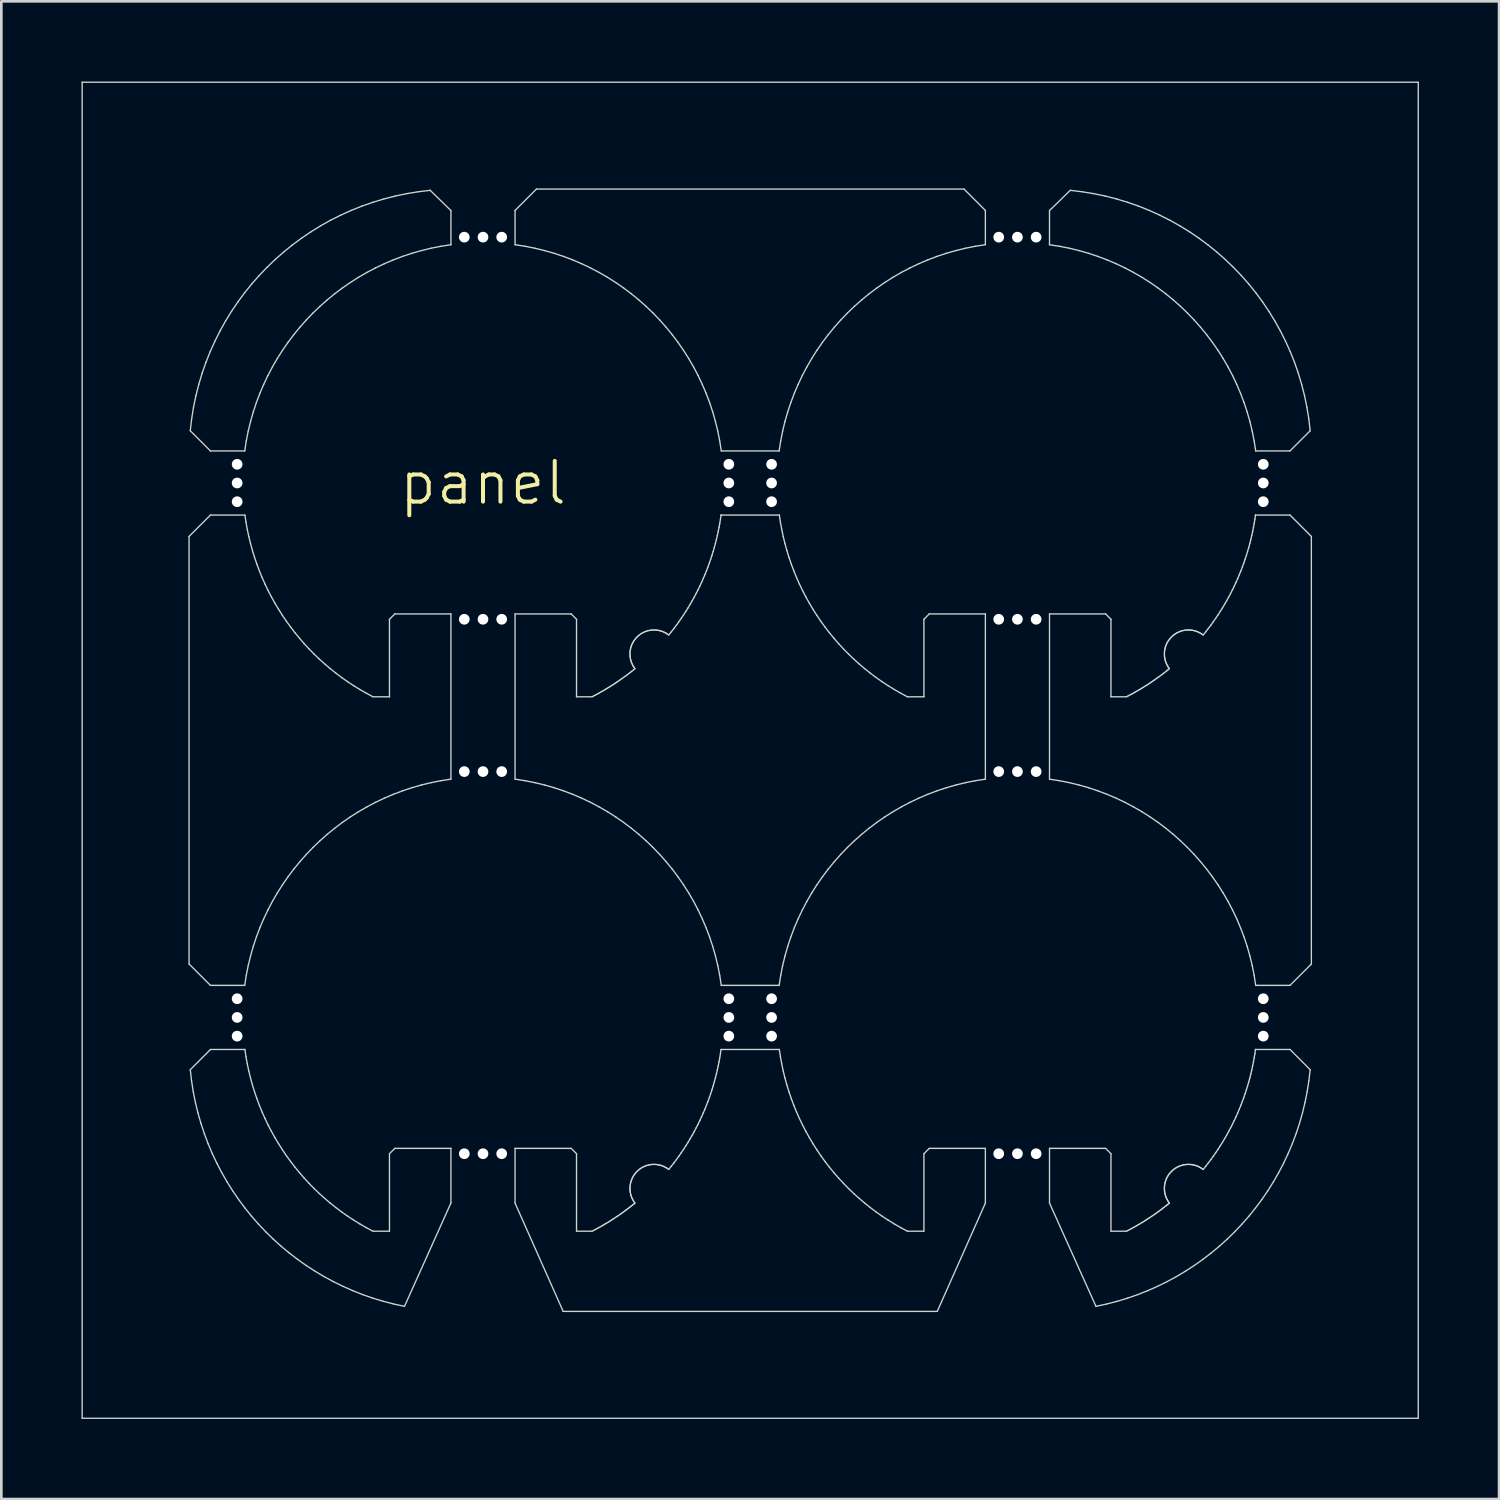
<source format=kicad_pcb>
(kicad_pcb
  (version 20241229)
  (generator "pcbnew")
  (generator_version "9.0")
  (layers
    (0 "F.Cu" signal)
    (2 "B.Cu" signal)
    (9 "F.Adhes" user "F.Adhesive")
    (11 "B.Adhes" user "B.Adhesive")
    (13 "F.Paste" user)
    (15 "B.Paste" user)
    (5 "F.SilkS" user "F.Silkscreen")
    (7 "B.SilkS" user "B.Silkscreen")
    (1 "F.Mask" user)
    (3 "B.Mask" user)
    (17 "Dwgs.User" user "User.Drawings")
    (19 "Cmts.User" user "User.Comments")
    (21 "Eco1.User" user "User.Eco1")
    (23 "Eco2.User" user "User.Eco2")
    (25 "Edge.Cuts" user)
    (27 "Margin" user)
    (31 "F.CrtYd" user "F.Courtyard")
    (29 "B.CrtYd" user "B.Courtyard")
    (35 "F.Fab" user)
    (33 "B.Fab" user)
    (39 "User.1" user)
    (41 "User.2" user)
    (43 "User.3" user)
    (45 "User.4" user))
  (footprint "panel"
    (layer "F.Cu")
    (at 15.025 15.025)
    (property "Reference" "panel" (at 0 0 0) (layer "F.SilkS") (effects (font (size 1.524 1.524) (thickness 0.15))))
    (attr through_hole)
    (fp_line (start -15 -15) (end -15 35) (stroke (width 0.05) (type solid)) (layer "Edge.Cuts"))
    (fp_line (start -15 35) (end 35 35) (stroke (width 0.05) (type solid)) (layer "Edge.Cuts"))
    (fp_line (start -11 2) (end -10.2 1.2) (stroke (width 0.05) (type solid)) (layer "Edge.Cuts"))
    (fp_line (start -11 18) (end -11 2) (stroke (width 0.05) (type solid)) (layer "Edge.Cuts"))
    (fp_line (start -10.955 -1.955) (end -10.903 -2.399) (stroke (width 0.05) (type solid)) (layer "Edge.Cuts"))
    (fp_line (start -10.954 21.955) (end -10.2 21.2) (stroke (width 0.05) (type solid)) (layer "Edge.Cuts"))
    (fp_line (start -10.907 22.368) (end -10.954 21.955) (stroke (width 0.05) (type solid)) (layer "Edge.Cuts"))
    (fp_line (start -10.903 -2.399) (end -10.833 -2.837) (stroke (width 0.05) (type solid)) (layer "Edge.Cuts"))
    (fp_line (start -10.843 22.777) (end -10.907 22.368) (stroke (width 0.05) (type solid)) (layer "Edge.Cuts"))
    (fp_line (start -10.833 -2.837) (end -10.743 -3.268) (stroke (width 0.05) (type solid)) (layer "Edge.Cuts"))
    (fp_line (start -10.763 23.179) (end -10.843 22.777) (stroke (width 0.05) (type solid)) (layer "Edge.Cuts"))
    (fp_line (start -10.743 -3.268) (end -10.636 -3.691) (stroke (width 0.05) (type solid)) (layer "Edge.Cuts"))
    (fp_line (start -10.667 23.576) (end -10.763 23.179) (stroke (width 0.05) (type solid)) (layer "Edge.Cuts"))
    (fp_line (start -10.636 -3.691) (end -10.511 -4.108) (stroke (width 0.05) (type solid)) (layer "Edge.Cuts"))
    (fp_line (start -10.555 23.966) (end -10.667 23.576) (stroke (width 0.05) (type solid)) (layer "Edge.Cuts"))
    (fp_line (start -10.511 -4.108) (end -10.368 -4.516) (stroke (width 0.05) (type solid)) (layer "Edge.Cuts"))
    (fp_line (start -10.428 24.349) (end -10.555 23.966) (stroke (width 0.05) (type solid)) (layer "Edge.Cuts"))
    (fp_line (start -10.368 -4.516) (end -10.209 -4.916) (stroke (width 0.05) (type solid)) (layer "Edge.Cuts"))
    (fp_line (start -10.287 24.726) (end -10.428 24.349) (stroke (width 0.05) (type solid)) (layer "Edge.Cuts"))
    (fp_line (start -10.209 -4.916) (end -10.033 -5.307) (stroke (width 0.05) (type solid)) (layer "Edge.Cuts"))
    (fp_line (start -10.2 21.2) (end -8.91 21.2) (stroke (width 0.05) (type solid)) (layer "Edge.Cuts"))
    (fp_line (start -10.2 -1.2) (end -10.955 -1.955) (stroke (width 0.05) (type solid)) (layer "Edge.Cuts"))
    (fp_line (start -10.2 1.2) (end -8.91 1.2) (stroke (width 0.05) (type solid)) (layer "Edge.Cuts"))
    (fp_line (start -10.2 18.8) (end -11 18) (stroke (width 0.05) (type solid)) (layer "Edge.Cuts"))
    (fp_line (start -10.131 25.094) (end -10.287 24.726) (stroke (width 0.05) (type solid)) (layer "Edge.Cuts"))
    (fp_line (start -10.033 -5.307) (end -9.841 -5.689) (stroke (width 0.05) (type solid)) (layer "Edge.Cuts"))
    (fp_line (start -9.961 25.455) (end -10.131 25.094) (stroke (width 0.05) (type solid)) (layer "Edge.Cuts"))
    (fp_line (start -9.841 -5.689) (end -9.634 -6.062) (stroke (width 0.05) (type solid)) (layer "Edge.Cuts"))
    (fp_line (start -9.777 25.808) (end -9.961 25.455) (stroke (width 0.05) (type solid)) (layer "Edge.Cuts"))
    (fp_line (start -9.634 -6.062) (end -9.411 -6.424) (stroke (width 0.05) (type solid)) (layer "Edge.Cuts"))
    (fp_line (start -9.579 26.152) (end -9.777 25.808) (stroke (width 0.05) (type solid)) (layer "Edge.Cuts"))
    (fp_line (start -9.411 -6.424) (end -9.173 -6.776) (stroke (width 0.05) (type solid)) (layer "Edge.Cuts"))
    (fp_line (start -9.369 26.488) (end -9.579 26.152) (stroke (width 0.05) (type solid)) (layer "Edge.Cuts"))
    (fp_line (start -9.173 -6.776) (end -8.922 -7.117) (stroke (width 0.05) (type solid)) (layer "Edge.Cuts"))
    (fp_line (start -9.146 26.814) (end -9.369 26.488) (stroke (width 0.05) (type solid)) (layer "Edge.Cuts"))
    (fp_line (start -8.922 -7.117) (end -8.656 -7.446) (stroke (width 0.05) (type solid)) (layer "Edge.Cuts"))
    (fp_line (start -8.917 -1.2) (end -10.2 -1.2) (stroke (width 0.05) (type solid)) (layer "Edge.Cuts"))
    (fp_line (start -8.917 18.8) (end -10.2 18.8) (stroke (width 0.05) (type solid)) (layer "Edge.Cuts"))
    (fp_line (start -8.91 21.2) (end -8.87 21.47) (stroke (width 0.05) (type solid)) (layer "Edge.Cuts"))
    (fp_line (start -8.91 27.131) (end -9.146 26.814) (stroke (width 0.05) (type solid)) (layer "Edge.Cuts"))
    (fp_line (start -8.91 1.2) (end -8.869 1.47) (stroke (width 0.05) (type solid)) (layer "Edge.Cuts"))
    (fp_line (start -8.87 21.47) (end -8.821 21.738) (stroke (width 0.05) (type solid)) (layer "Edge.Cuts"))
    (fp_line (start -8.869 1.47) (end -8.821 1.737) (stroke (width 0.05) (type solid)) (layer "Edge.Cuts"))
    (fp_line (start -8.859 -1.573) (end -8.917 -1.2) (stroke (width 0.05) (type solid)) (layer "Edge.Cuts"))
    (fp_line (start -8.859 18.426) (end -8.917 18.8) (stroke (width 0.05) (type solid)) (layer "Edge.Cuts"))
    (fp_line (start -8.821 21.738) (end -8.765 22.003) (stroke (width 0.05) (type solid)) (layer "Edge.Cuts"))
    (fp_line (start -8.821 1.737) (end -8.764 2.003) (stroke (width 0.05) (type solid)) (layer "Edge.Cuts"))
    (fp_line (start -8.786 -1.942) (end -8.859 -1.573) (stroke (width 0.05) (type solid)) (layer "Edge.Cuts"))
    (fp_line (start -8.786 18.058) (end -8.859 18.426) (stroke (width 0.05) (type solid)) (layer "Edge.Cuts"))
    (fp_line (start -8.765 22.003) (end -8.7 22.266) (stroke (width 0.05) (type solid)) (layer "Edge.Cuts"))
    (fp_line (start -8.764 2.003) (end -8.7 2.266) (stroke (width 0.05) (type solid)) (layer "Edge.Cuts"))
    (fp_line (start -8.7 22.266) (end -8.629 22.527) (stroke (width 0.05) (type solid)) (layer "Edge.Cuts"))
    (fp_line (start -8.7 2.266) (end -8.628 2.526) (stroke (width 0.05) (type solid)) (layer "Edge.Cuts"))
    (fp_line (start -8.698 -2.304) (end -8.786 -1.942) (stroke (width 0.05) (type solid)) (layer "Edge.Cuts"))
    (fp_line (start -8.698 17.696) (end -8.786 18.058) (stroke (width 0.05) (type solid)) (layer "Edge.Cuts"))
    (fp_line (start -8.662 27.438) (end -8.91 27.131) (stroke (width 0.05) (type solid)) (layer "Edge.Cuts"))
    (fp_line (start -8.656 -7.446) (end -8.377 -7.764) (stroke (width 0.05) (type solid)) (layer "Edge.Cuts"))
    (fp_line (start -8.629 22.527) (end -8.549 22.784) (stroke (width 0.05) (type solid)) (layer "Edge.Cuts"))
    (fp_line (start -8.628 2.526) (end -8.549 2.784) (stroke (width 0.05) (type solid)) (layer "Edge.Cuts"))
    (fp_line (start -8.596 -2.661) (end -8.698 -2.304) (stroke (width 0.05) (type solid)) (layer "Edge.Cuts"))
    (fp_line (start -8.596 17.339) (end -8.698 17.696) (stroke (width 0.05) (type solid)) (layer "Edge.Cuts"))
    (fp_line (start -8.549 22.784) (end -8.462 23.039) (stroke (width 0.05) (type solid)) (layer "Edge.Cuts"))
    (fp_line (start -8.549 2.784) (end -8.462 3.039) (stroke (width 0.05) (type solid)) (layer "Edge.Cuts"))
    (fp_line (start -8.48 -3.011) (end -8.596 -2.661) (stroke (width 0.05) (type solid)) (layer "Edge.Cuts"))
    (fp_line (start -8.48 16.989) (end -8.596 17.339) (stroke (width 0.05) (type solid)) (layer "Edge.Cuts"))
    (fp_line (start -8.462 23.039) (end -8.368 23.291) (stroke (width 0.05) (type solid)) (layer "Edge.Cuts"))
    (fp_line (start -8.462 3.039) (end -8.367 3.29) (stroke (width 0.05) (type solid)) (layer "Edge.Cuts"))
    (fp_line (start -8.403 27.734) (end -8.662 27.438) (stroke (width 0.05) (type solid)) (layer "Edge.Cuts"))
    (fp_line (start -8.377 -7.764) (end -8.084 -8.069) (stroke (width 0.05) (type solid)) (layer "Edge.Cuts"))
    (fp_line (start -8.368 23.291) (end -8.266 23.539) (stroke (width 0.05) (type solid)) (layer "Edge.Cuts"))
    (fp_line (start -8.367 3.29) (end -8.266 3.539) (stroke (width 0.05) (type solid)) (layer "Edge.Cuts"))
    (fp_line (start -8.35 -3.355) (end -8.48 -3.011) (stroke (width 0.05) (type solid)) (layer "Edge.Cuts"))
    (fp_line (start -8.35 16.645) (end -8.48 16.989) (stroke (width 0.05) (type solid)) (layer "Edge.Cuts"))
    (fp_line (start -8.266 23.539) (end -8.157 23.784) (stroke (width 0.05) (type solid)) (layer "Edge.Cuts"))
    (fp_line (start -8.266 3.539) (end -8.157 3.784) (stroke (width 0.05) (type solid)) (layer "Edge.Cuts"))
    (fp_line (start -8.206 -3.692) (end -8.35 -3.355) (stroke (width 0.05) (type solid)) (layer "Edge.Cuts"))
    (fp_line (start -8.206 16.308) (end -8.35 16.645) (stroke (width 0.05) (type solid)) (layer "Edge.Cuts"))
    (fp_line (start -8.157 23.784) (end -8.041 24.026) (stroke (width 0.05) (type solid)) (layer "Edge.Cuts"))
    (fp_line (start -8.157 3.784) (end -8.041 4.026) (stroke (width 0.05) (type solid)) (layer "Edge.Cuts"))
    (fp_line (start -8.132 28.02) (end -8.403 27.734) (stroke (width 0.05) (type solid)) (layer "Edge.Cuts"))
    (fp_line (start -8.084 -8.069) (end -7.779 -8.362) (stroke (width 0.05) (type solid)) (layer "Edge.Cuts"))
    (fp_line (start -8.049 -4.022) (end -8.206 -3.692) (stroke (width 0.05) (type solid)) (layer "Edge.Cuts"))
    (fp_line (start -8.049 15.978) (end -8.206 16.308) (stroke (width 0.05) (type solid)) (layer "Edge.Cuts"))
    (fp_line (start -8.041 24.026) (end -7.918 24.263) (stroke (width 0.05) (type solid)) (layer "Edge.Cuts"))
    (fp_line (start -8.041 4.026) (end -7.917 4.263) (stroke (width 0.05) (type solid)) (layer "Edge.Cuts"))
    (fp_line (start -7.918 24.263) (end -7.788 24.497) (stroke (width 0.05) (type solid)) (layer "Edge.Cuts"))
    (fp_line (start -7.917 4.263) (end -7.787 4.497) (stroke (width 0.05) (type solid)) (layer "Edge.Cuts"))
    (fp_line (start -7.88 -4.344) (end -8.049 -4.022) (stroke (width 0.05) (type solid)) (layer "Edge.Cuts"))
    (fp_line (start -7.88 15.655) (end -8.049 15.978) (stroke (width 0.05) (type solid)) (layer "Edge.Cuts"))
    (fp_line (start -7.85 28.296) (end -8.132 28.02) (stroke (width 0.05) (type solid)) (layer "Edge.Cuts"))
    (fp_line (start -7.788 24.497) (end -7.651 24.727) (stroke (width 0.05) (type solid)) (layer "Edge.Cuts"))
    (fp_line (start -7.787 4.497) (end -7.65 4.727) (stroke (width 0.05) (type solid)) (layer "Edge.Cuts"))
    (fp_line (start -7.779 -8.362) (end -7.462 -8.642) (stroke (width 0.05) (type solid)) (layer "Edge.Cuts"))
    (fp_line (start -7.698 -4.659) (end -7.88 -4.344) (stroke (width 0.05) (type solid)) (layer "Edge.Cuts"))
    (fp_line (start -7.698 15.341) (end -7.88 15.655) (stroke (width 0.05) (type solid)) (layer "Edge.Cuts"))
    (fp_line (start -7.651 24.727) (end -7.507 24.953) (stroke (width 0.05) (type solid)) (layer "Edge.Cuts"))
    (fp_line (start -7.65 4.727) (end -7.507 4.953) (stroke (width 0.05) (type solid)) (layer "Edge.Cuts"))
    (fp_line (start -7.558 28.56) (end -7.85 28.296) (stroke (width 0.05) (type solid)) (layer "Edge.Cuts"))
    (fp_line (start -7.507 24.953) (end -7.357 25.175) (stroke (width 0.05) (type solid)) (layer "Edge.Cuts"))
    (fp_line (start -7.507 4.953) (end -7.356 5.175) (stroke (width 0.05) (type solid)) (layer "Edge.Cuts"))
    (fp_line (start -7.503 -4.965) (end -7.698 -4.659) (stroke (width 0.05) (type solid)) (layer "Edge.Cuts"))
    (fp_line (start -7.503 15.035) (end -7.698 15.341) (stroke (width 0.05) (type solid)) (layer "Edge.Cuts"))
    (fp_line (start -7.462 -8.642) (end -7.133 -8.909) (stroke (width 0.05) (type solid)) (layer "Edge.Cuts"))
    (fp_line (start -7.357 25.175) (end -7.2 25.392) (stroke (width 0.05) (type solid)) (layer "Edge.Cuts"))
    (fp_line (start -7.356 5.175) (end -7.199 5.392) (stroke (width 0.05) (type solid)) (layer "Edge.Cuts"))
    (fp_line (start -7.297 -5.263) (end -7.503 -4.965) (stroke (width 0.05) (type solid)) (layer "Edge.Cuts"))
    (fp_line (start -7.297 14.737) (end -7.503 15.035) (stroke (width 0.05) (type solid)) (layer "Edge.Cuts"))
    (fp_line (start -7.255 28.812) (end -7.558 28.56) (stroke (width 0.05) (type solid)) (layer "Edge.Cuts"))
    (fp_line (start -7.2 25.392) (end -7.036 25.604) (stroke (width 0.05) (type solid)) (layer "Edge.Cuts"))
    (fp_line (start -7.199 5.392) (end -7.036 5.604) (stroke (width 0.05) (type solid)) (layer "Edge.Cuts"))
    (fp_line (start -7.133 -8.909) (end -6.793 -9.161) (stroke (width 0.05) (type solid)) (layer "Edge.Cuts"))
    (fp_line (start -7.08 -5.552) (end -7.297 -5.263) (stroke (width 0.05) (type solid)) (layer "Edge.Cuts"))
    (fp_line (start -7.08 14.448) (end -7.297 14.737) (stroke (width 0.05) (type solid)) (layer "Edge.Cuts"))
    (fp_line (start -7.036 25.604) (end -6.866 25.811) (stroke (width 0.05) (type solid)) (layer "Edge.Cuts"))
    (fp_line (start -7.036 5.604) (end -6.866 5.811) (stroke (width 0.05) (type solid)) (layer "Edge.Cuts"))
    (fp_line (start -6.942 29.052) (end -7.255 28.812) (stroke (width 0.05) (type solid)) (layer "Edge.Cuts"))
    (fp_line (start -6.866 25.811) (end -6.69 26.014) (stroke (width 0.05) (type solid)) (layer "Edge.Cuts"))
    (fp_line (start -6.866 5.811) (end -6.69 6.014) (stroke (width 0.05) (type solid)) (layer "Edge.Cuts"))
    (fp_line (start -6.851 -5.831) (end -7.08 -5.552) (stroke (width 0.05) (type solid)) (layer "Edge.Cuts"))
    (fp_line (start -6.851 14.169) (end -7.08 14.448) (stroke (width 0.05) (type solid)) (layer "Edge.Cuts"))
    (fp_line (start -6.793 -9.161) (end -6.441 -9.399) (stroke (width 0.05) (type solid)) (layer "Edge.Cuts"))
    (fp_line (start -6.69 26.014) (end -6.508 26.211) (stroke (width 0.05) (type solid)) (layer "Edge.Cuts"))
    (fp_line (start -6.69 6.014) (end -6.508 6.211) (stroke (width 0.05) (type solid)) (layer "Edge.Cuts"))
    (fp_line (start -6.619 29.281) (end -6.942 29.052) (stroke (width 0.05) (type solid)) (layer "Edge.Cuts"))
    (fp_line (start -6.612 -6.101) (end -6.851 -5.831) (stroke (width 0.05) (type solid)) (layer "Edge.Cuts"))
    (fp_line (start -6.612 13.899) (end -6.851 14.169) (stroke (width 0.05) (type solid)) (layer "Edge.Cuts"))
    (fp_line (start -6.508 26.211) (end -6.319 26.404) (stroke (width 0.05) (type solid)) (layer "Edge.Cuts"))
    (fp_line (start -6.508 6.211) (end -6.319 6.404) (stroke (width 0.05) (type solid)) (layer "Edge.Cuts"))
    (fp_line (start -6.441 -9.399) (end -6.08 -9.623) (stroke (width 0.05) (type solid)) (layer "Edge.Cuts"))
    (fp_line (start -6.362 -6.362) (end -6.612 -6.101) (stroke (width 0.05) (type solid)) (layer "Edge.Cuts"))
    (fp_line (start -6.361 13.638) (end -6.612 13.899) (stroke (width 0.05) (type solid)) (layer "Edge.Cuts"))
    (fp_line (start -6.319 26.404) (end -6.125 26.59) (stroke (width 0.05) (type solid)) (layer "Edge.Cuts"))
    (fp_line (start -6.319 6.404) (end -6.125 6.59) (stroke (width 0.05) (type solid)) (layer "Edge.Cuts"))
    (fp_line (start -6.288 29.496) (end -6.619 29.281) (stroke (width 0.05) (type solid)) (layer "Edge.Cuts"))
    (fp_line (start -6.125 26.59) (end -5.924 26.771) (stroke (width 0.05) (type solid)) (layer "Edge.Cuts"))
    (fp_line (start -6.125 6.59) (end -5.924 6.771) (stroke (width 0.05) (type solid)) (layer "Edge.Cuts"))
    (fp_line (start -6.101 -6.612) (end -6.362 -6.362) (stroke (width 0.05) (type solid)) (layer "Edge.Cuts"))
    (fp_line (start -6.101 13.388) (end -6.361 13.638) (stroke (width 0.05) (type solid)) (layer "Edge.Cuts"))
    (fp_line (start -6.08 -9.623) (end -5.708 -9.831) (stroke (width 0.05) (type solid)) (layer "Edge.Cuts"))
    (fp_line (start -5.947 29.699) (end -6.288 29.496) (stroke (width 0.05) (type solid)) (layer "Edge.Cuts"))
    (fp_line (start -5.924 26.771) (end -5.718 26.947) (stroke (width 0.05) (type solid)) (layer "Edge.Cuts"))
    (fp_line (start -5.924 6.771) (end -5.718 6.947) (stroke (width 0.05) (type solid)) (layer "Edge.Cuts"))
    (fp_line (start -5.831 -6.851) (end -6.101 -6.612) (stroke (width 0.05) (type solid)) (layer "Edge.Cuts"))
    (fp_line (start -5.831 13.149) (end -6.101 13.388) (stroke (width 0.05) (type solid)) (layer "Edge.Cuts"))
    (fp_line (start -5.718 26.947) (end -5.506 27.116) (stroke (width 0.05) (type solid)) (layer "Edge.Cuts"))
    (fp_line (start -5.718 6.947) (end -5.506 7.116) (stroke (width 0.05) (type solid)) (layer "Edge.Cuts"))
    (fp_line (start -5.708 -9.831) (end -5.326 -10.023) (stroke (width 0.05) (type solid)) (layer "Edge.Cuts"))
    (fp_line (start -5.597 29.888) (end -5.947 29.699) (stroke (width 0.05) (type solid)) (layer "Edge.Cuts"))
    (fp_line (start -5.552 -7.08) (end -5.831 -6.851) (stroke (width 0.05) (type solid)) (layer "Edge.Cuts"))
    (fp_line (start -5.551 12.92) (end -5.831 13.149) (stroke (width 0.05) (type solid)) (layer "Edge.Cuts"))
    (fp_line (start -5.506 27.116) (end -5.288 27.28) (stroke (width 0.05) (type solid)) (layer "Edge.Cuts"))
    (fp_line (start -5.506 7.116) (end -5.288 7.28) (stroke (width 0.05) (type solid)) (layer "Edge.Cuts"))
    (fp_line (start -5.326 -10.023) (end -4.935 -10.2) (stroke (width 0.05) (type solid)) (layer "Edge.Cuts"))
    (fp_line (start -5.288 27.28) (end -5.065 27.437) (stroke (width 0.05) (type solid)) (layer "Edge.Cuts"))
    (fp_line (start -5.288 7.28) (end -5.065 7.437) (stroke (width 0.05) (type solid)) (layer "Edge.Cuts"))
    (fp_line (start -5.263 -7.297) (end -5.552 -7.08) (stroke (width 0.05) (type solid)) (layer "Edge.Cuts"))
    (fp_line (start -5.263 12.702) (end -5.551 12.92) (stroke (width 0.05) (type solid)) (layer "Edge.Cuts"))
    (fp_line (start -5.24 30.064) (end -5.597 29.888) (stroke (width 0.05) (type solid)) (layer "Edge.Cuts"))
    (fp_line (start -5.065 27.437) (end -4.836 27.587) (stroke (width 0.05) (type solid)) (layer "Edge.Cuts"))
    (fp_line (start -5.065 7.437) (end -4.836 7.588) (stroke (width 0.05) (type solid)) (layer "Edge.Cuts"))
    (fp_line (start -4.965 -7.503) (end -5.263 -7.297) (stroke (width 0.05) (type solid)) (layer "Edge.Cuts"))
    (fp_line (start -4.965 12.496) (end -5.263 12.702) (stroke (width 0.05) (type solid)) (layer "Edge.Cuts"))
    (fp_line (start -4.935 -10.2) (end -4.536 -10.36) (stroke (width 0.05) (type solid)) (layer "Edge.Cuts"))
    (fp_line (start -4.874 30.225) (end -5.24 30.064) (stroke (width 0.05) (type solid)) (layer "Edge.Cuts"))
    (fp_line (start -4.836 7.588) (end -4.602 7.732) (stroke (width 0.05) (type solid)) (layer "Edge.Cuts"))
    (fp_line (start -4.836 27.587) (end -4.602 27.732) (stroke (width 0.05) (type solid)) (layer "Edge.Cuts"))
    (fp_line (start -4.659 -7.698) (end -4.965 -7.503) (stroke (width 0.05) (type solid)) (layer "Edge.Cuts"))
    (fp_line (start -4.659 12.302) (end -4.965 12.496) (stroke (width 0.05) (type solid)) (layer "Edge.Cuts"))
    (fp_line (start -4.602 7.732) (end -4.363 7.869) (stroke (width 0.05) (type solid)) (layer "Edge.Cuts"))
    (fp_line (start -4.602 27.732) (end -4.363 27.869) (stroke (width 0.05) (type solid)) (layer "Edge.Cuts"))
    (fp_line (start -4.536 -10.36) (end -4.127 -10.503) (stroke (width 0.05) (type solid)) (layer "Edge.Cuts"))
    (fp_line (start -4.501 30.373) (end -4.874 30.225) (stroke (width 0.05) (type solid)) (layer "Edge.Cuts"))
    (fp_line (start -4.363 7.869) (end -4.118 8) (stroke (width 0.05) (type solid)) (layer "Edge.Cuts"))
    (fp_line (start -4.363 27.869) (end -4.118 28) (stroke (width 0.05) (type solid)) (layer "Edge.Cuts"))
    (fp_line (start -4.344 -7.88) (end -4.659 -7.698) (stroke (width 0.05) (type solid)) (layer "Edge.Cuts"))
    (fp_line (start -4.344 12.12) (end -4.659 12.302) (stroke (width 0.05) (type solid)) (layer "Edge.Cuts"))
    (fp_line (start -4.127 -10.503) (end -3.711 -10.629) (stroke (width 0.05) (type solid)) (layer "Edge.Cuts"))
    (fp_line (start -4.12 30.506) (end -4.501 30.373) (stroke (width 0.05) (type solid)) (layer "Edge.Cuts"))
    (fp_line (start -4.118 8) (end -3.5 8) (stroke (width 0.05) (type solid)) (layer "Edge.Cuts"))
    (fp_line (start -4.118 28) (end -3.5 28) (stroke (width 0.05) (type solid)) (layer "Edge.Cuts"))
    (fp_line (start -4.022 -8.049) (end -4.344 -7.88) (stroke (width 0.05) (type solid)) (layer "Edge.Cuts"))
    (fp_line (start -4.022 11.95) (end -4.344 12.12) (stroke (width 0.05) (type solid)) (layer "Edge.Cuts"))
    (fp_line (start -3.733 30.623) (end -4.12 30.506) (stroke (width 0.05) (type solid)) (layer "Edge.Cuts"))
    (fp_line (start -3.711 -10.629) (end -3.288 -10.738) (stroke (width 0.05) (type solid)) (layer "Edge.Cuts"))
    (fp_line (start -3.692 -8.206) (end -4.022 -8.049) (stroke (width 0.05) (type solid)) (layer "Edge.Cuts"))
    (fp_line (start -3.692 11.794) (end -4.022 11.95) (stroke (width 0.05) (type solid)) (layer "Edge.Cuts"))
    (fp_line (start -3.5 5.1) (end -3.3 4.9) (stroke (width 0.05) (type solid)) (layer "Edge.Cuts"))
    (fp_line (start -3.5 8) (end -3.5 5.1) (stroke (width 0.05) (type solid)) (layer "Edge.Cuts"))
    (fp_line (start -3.5 25.1) (end -3.3 24.9) (stroke (width 0.05) (type solid)) (layer "Edge.Cuts"))
    (fp_line (start -3.5 28) (end -3.5 25.1) (stroke (width 0.05) (type solid)) (layer "Edge.Cuts"))
    (fp_line (start -3.355 -8.35) (end -3.692 -8.206) (stroke (width 0.05) (type solid)) (layer "Edge.Cuts"))
    (fp_line (start -3.355 11.65) (end -3.692 11.794) (stroke (width 0.05) (type solid)) (layer "Edge.Cuts"))
    (fp_line (start -3.339 30.725) (end -3.733 30.623) (stroke (width 0.05) (type solid)) (layer "Edge.Cuts"))
    (fp_line (start -3.3 4.9) (end -1.2 4.9) (stroke (width 0.05) (type solid)) (layer "Edge.Cuts"))
    (fp_line (start -3.3 24.9) (end -1.2 24.9) (stroke (width 0.05) (type solid)) (layer "Edge.Cuts"))
    (fp_line (start -3.288 -10.738) (end -2.857 -10.828) (stroke (width 0.05) (type solid)) (layer "Edge.Cuts"))
    (fp_line (start -3.011 -8.48) (end -3.355 -8.35) (stroke (width 0.05) (type solid)) (layer "Edge.Cuts"))
    (fp_line (start -3.011 11.52) (end -3.355 11.65) (stroke (width 0.05) (type solid)) (layer "Edge.Cuts"))
    (fp_line (start -2.938 30.812) (end -3.339 30.725) (stroke (width 0.05) (type solid)) (layer "Edge.Cuts"))
    (fp_line (start -2.857 -10.828) (end -2.42 -10.899) (stroke (width 0.05) (type solid)) (layer "Edge.Cuts"))
    (fp_line (start -2.661 -8.596) (end -3.011 -8.48) (stroke (width 0.05) (type solid)) (layer "Edge.Cuts"))
    (fp_line (start -2.661 11.404) (end -3.011 11.52) (stroke (width 0.05) (type solid)) (layer "Edge.Cuts"))
    (fp_line (start -2.42 -10.899) (end -1.976 -10.952) (stroke (width 0.05) (type solid)) (layer "Edge.Cuts"))
    (fp_line (start -2.304 -8.698) (end -2.661 -8.596) (stroke (width 0.05) (type solid)) (layer "Edge.Cuts"))
    (fp_line (start -2.304 11.301) (end -2.661 11.404) (stroke (width 0.05) (type solid)) (layer "Edge.Cuts"))
    (fp_line (start -1.976 -10.952) (end -1.976 -10.952) (stroke (width 0.05) (type solid)) (layer "Edge.Cuts"))
    (fp_line (start -1.976 -10.952) (end -1.2 -10.195) (stroke (width 0.05) (type solid)) (layer "Edge.Cuts"))
    (fp_line (start -1.942 -8.786) (end -2.304 -8.698) (stroke (width 0.05) (type solid)) (layer "Edge.Cuts"))
    (fp_line (start -1.942 11.214) (end -2.304 11.301) (stroke (width 0.05) (type solid)) (layer "Edge.Cuts"))
    (fp_line (start -1.573 -8.859) (end -1.942 -8.786) (stroke (width 0.05) (type solid)) (layer "Edge.Cuts"))
    (fp_line (start -1.573 11.141) (end -1.942 11.214) (stroke (width 0.05) (type solid)) (layer "Edge.Cuts"))
    (fp_line (start -1.2 -10.195) (end -1.2 -8.917) (stroke (width 0.05) (type solid)) (layer "Edge.Cuts"))
    (fp_line (start -1.2 -8.917) (end -1.573 -8.859) (stroke (width 0.05) (type solid)) (layer "Edge.Cuts"))
    (fp_line (start -1.2 4.9) (end -1.2 11.083) (stroke (width 0.05) (type solid)) (layer "Edge.Cuts"))
    (fp_line (start -1.2 11.083) (end -1.573 11.141) (stroke (width 0.05) (type solid)) (layer "Edge.Cuts"))
    (fp_line (start -1.2 24.9) (end -1.2 26.945) (stroke (width 0.05) (type solid)) (layer "Edge.Cuts"))
    (fp_line (start -1.2 26.945) (end -2.938 30.812) (stroke (width 0.05) (type solid)) (layer "Edge.Cuts"))
    (fp_line (start 1.2 -10.2) (end 2 -11) (stroke (width 0.05) (type solid)) (layer "Edge.Cuts"))
    (fp_line (start 1.2 -8.917) (end 1.2 -10.2) (stroke (width 0.05) (type solid)) (layer "Edge.Cuts"))
    (fp_line (start 1.2 4.9) (end 3.3 4.9) (stroke (width 0.05) (type solid)) (layer "Edge.Cuts"))
    (fp_line (start 1.2 11.083) (end 1.2 4.9) (stroke (width 0.05) (type solid)) (layer "Edge.Cuts"))
    (fp_line (start 1.2 24.9) (end 3.3 24.9) (stroke (width 0.05) (type solid)) (layer "Edge.Cuts"))
    (fp_line (start 1.2 26.95) (end 1.2 24.9) (stroke (width 0.05) (type solid)) (layer "Edge.Cuts"))
    (fp_line (start 1.573 11.141) (end 1.2 11.083) (stroke (width 0.05) (type solid)) (layer "Edge.Cuts"))
    (fp_line (start 1.573 -8.859) (end 1.2 -8.917) (stroke (width 0.05) (type solid)) (layer "Edge.Cuts"))
    (fp_line (start 1.942 11.214) (end 1.573 11.141) (stroke (width 0.05) (type solid)) (layer "Edge.Cuts"))
    (fp_line (start 1.942 -8.786) (end 1.573 -8.859) (stroke (width 0.05) (type solid)) (layer "Edge.Cuts"))
    (fp_line (start 2 -11) (end 18 -11) (stroke (width 0.05) (type solid)) (layer "Edge.Cuts"))
    (fp_line (start 2.304 11.301) (end 1.942 11.214) (stroke (width 0.05) (type solid)) (layer "Edge.Cuts"))
    (fp_line (start 2.304 -8.698) (end 1.942 -8.786) (stroke (width 0.05) (type solid)) (layer "Edge.Cuts"))
    (fp_line (start 2.661 11.404) (end 2.304 11.301) (stroke (width 0.05) (type solid)) (layer "Edge.Cuts"))
    (fp_line (start 2.661 -8.596) (end 2.304 -8.698) (stroke (width 0.05) (type solid)) (layer "Edge.Cuts"))
    (fp_line (start 3 31) (end 1.2 26.95) (stroke (width 0.05) (type solid)) (layer "Edge.Cuts"))
    (fp_line (start 3.011 11.52) (end 2.661 11.404) (stroke (width 0.05) (type solid)) (layer "Edge.Cuts"))
    (fp_line (start 3.011 -8.48) (end 2.661 -8.596) (stroke (width 0.05) (type solid)) (layer "Edge.Cuts"))
    (fp_line (start 3.3 4.9) (end 3.5 5.1) (stroke (width 0.05) (type solid)) (layer "Edge.Cuts"))
    (fp_line (start 3.3 24.9) (end 3.5 25.1) (stroke (width 0.05) (type solid)) (layer "Edge.Cuts"))
    (fp_line (start 3.355 11.65) (end 3.011 11.52) (stroke (width 0.05) (type solid)) (layer "Edge.Cuts"))
    (fp_line (start 3.355 -8.35) (end 3.011 -8.48) (stroke (width 0.05) (type solid)) (layer "Edge.Cuts"))
    (fp_line (start 3.5 5.1) (end 3.5 8) (stroke (width 0.05) (type solid)) (layer "Edge.Cuts"))
    (fp_line (start 3.5 8) (end 4.083 8) (stroke (width 0.05) (type solid)) (layer "Edge.Cuts"))
    (fp_line (start 3.5 25.1) (end 3.5 28) (stroke (width 0.05) (type solid)) (layer "Edge.Cuts"))
    (fp_line (start 3.5 28) (end 4.083 28) (stroke (width 0.05) (type solid)) (layer "Edge.Cuts"))
    (fp_line (start 3.692 11.794) (end 3.355 11.65) (stroke (width 0.05) (type solid)) (layer "Edge.Cuts"))
    (fp_line (start 3.692 -8.206) (end 3.355 -8.35) (stroke (width 0.05) (type solid)) (layer "Edge.Cuts"))
    (fp_line (start 4.022 11.95) (end 3.692 11.794) (stroke (width 0.05) (type solid)) (layer "Edge.Cuts"))
    (fp_line (start 4.022 -8.049) (end 3.692 -8.206) (stroke (width 0.05) (type solid)) (layer "Edge.Cuts"))
    (fp_line (start 4.083 8) (end 4.136 7.972) (stroke (width 0.05) (type solid)) (layer "Edge.Cuts"))
    (fp_line (start 4.083 28) (end 4.136 27.972) (stroke (width 0.05) (type solid)) (layer "Edge.Cuts"))
    (fp_line (start 4.136 7.972) (end 4.19 7.944) (stroke (width 0.05) (type solid)) (layer "Edge.Cuts"))
    (fp_line (start 4.136 27.972) (end 4.19 27.944) (stroke (width 0.05) (type solid)) (layer "Edge.Cuts"))
    (fp_line (start 4.19 7.944) (end 4.243 7.916) (stroke (width 0.05) (type solid)) (layer "Edge.Cuts"))
    (fp_line (start 4.19 27.944) (end 4.243 27.916) (stroke (width 0.05) (type solid)) (layer "Edge.Cuts"))
    (fp_line (start 4.243 7.916) (end 4.295 7.888) (stroke (width 0.05) (type solid)) (layer "Edge.Cuts"))
    (fp_line (start 4.243 27.916) (end 4.295 27.887) (stroke (width 0.05) (type solid)) (layer "Edge.Cuts"))
    (fp_line (start 4.295 7.888) (end 4.348 7.859) (stroke (width 0.05) (type solid)) (layer "Edge.Cuts"))
    (fp_line (start 4.295 27.887) (end 4.348 27.858) (stroke (width 0.05) (type solid)) (layer "Edge.Cuts"))
    (fp_line (start 4.344 12.12) (end 4.022 11.95) (stroke (width 0.05) (type solid)) (layer "Edge.Cuts"))
    (fp_line (start 4.344 -7.88) (end 4.022 -8.049) (stroke (width 0.05) (type solid)) (layer "Edge.Cuts"))
    (fp_line (start 4.348 7.859) (end 4.4 7.829) (stroke (width 0.05) (type solid)) (layer "Edge.Cuts"))
    (fp_line (start 4.348 27.858) (end 4.4 27.829) (stroke (width 0.05) (type solid)) (layer "Edge.Cuts"))
    (fp_line (start 4.4 7.829) (end 4.453 7.799) (stroke (width 0.05) (type solid)) (layer "Edge.Cuts"))
    (fp_line (start 4.4 27.829) (end 4.453 27.799) (stroke (width 0.05) (type solid)) (layer "Edge.Cuts"))
    (fp_line (start 4.453 7.799) (end 4.505 7.769) (stroke (width 0.05) (type solid)) (layer "Edge.Cuts"))
    (fp_line (start 4.453 27.799) (end 4.505 27.769) (stroke (width 0.05) (type solid)) (layer "Edge.Cuts"))
    (fp_line (start 4.505 7.769) (end 4.556 7.739) (stroke (width 0.05) (type solid)) (layer "Edge.Cuts"))
    (fp_line (start 4.505 27.769) (end 4.556 27.739) (stroke (width 0.05) (type solid)) (layer "Edge.Cuts"))
    (fp_line (start 4.556 7.739) (end 4.608 7.708) (stroke (width 0.05) (type solid)) (layer "Edge.Cuts"))
    (fp_line (start 4.556 27.739) (end 4.608 27.708) (stroke (width 0.05) (type solid)) (layer "Edge.Cuts"))
    (fp_line (start 4.608 7.708) (end 4.659 7.677) (stroke (width 0.05) (type solid)) (layer "Edge.Cuts"))
    (fp_line (start 4.608 27.708) (end 4.659 27.677) (stroke (width 0.05) (type solid)) (layer "Edge.Cuts"))
    (fp_line (start 4.659 12.302) (end 4.344 12.12) (stroke (width 0.05) (type solid)) (layer "Edge.Cuts"))
    (fp_line (start 4.659 -7.698) (end 4.344 -7.88) (stroke (width 0.05) (type solid)) (layer "Edge.Cuts"))
    (fp_line (start 4.659 7.677) (end 4.711 7.646) (stroke (width 0.05) (type solid)) (layer "Edge.Cuts"))
    (fp_line (start 4.659 27.677) (end 4.711 27.646) (stroke (width 0.05) (type solid)) (layer "Edge.Cuts"))
    (fp_line (start 4.711 7.646) (end 4.762 7.614) (stroke (width 0.05) (type solid)) (layer "Edge.Cuts"))
    (fp_line (start 4.711 27.646) (end 4.762 27.614) (stroke (width 0.05) (type solid)) (layer "Edge.Cuts"))
    (fp_line (start 4.762 7.614) (end 4.812 7.582) (stroke (width 0.05) (type solid)) (layer "Edge.Cuts"))
    (fp_line (start 4.762 27.614) (end 4.812 27.582) (stroke (width 0.05) (type solid)) (layer "Edge.Cuts"))
    (fp_line (start 4.812 7.582) (end 4.863 7.55) (stroke (width 0.05) (type solid)) (layer "Edge.Cuts"))
    (fp_line (start 4.812 27.582) (end 4.863 27.549) (stroke (width 0.05) (type solid)) (layer "Edge.Cuts"))
    (fp_line (start 4.863 7.55) (end 4.913 7.517) (stroke (width 0.05) (type solid)) (layer "Edge.Cuts"))
    (fp_line (start 4.863 27.549) (end 4.913 27.517) (stroke (width 0.05) (type solid)) (layer "Edge.Cuts"))
    (fp_line (start 4.913 7.517) (end 4.963 7.484) (stroke (width 0.05) (type solid)) (layer "Edge.Cuts"))
    (fp_line (start 4.913 27.517) (end 4.963 27.484) (stroke (width 0.05) (type solid)) (layer "Edge.Cuts"))
    (fp_line (start 4.963 7.484) (end 5.013 7.45) (stroke (width 0.05) (type solid)) (layer "Edge.Cuts"))
    (fp_line (start 4.963 27.484) (end 5.013 27.45) (stroke (width 0.05) (type solid)) (layer "Edge.Cuts"))
    (fp_line (start 4.965 12.496) (end 4.659 12.302) (stroke (width 0.05) (type solid)) (layer "Edge.Cuts"))
    (fp_line (start 4.965 -7.503) (end 4.659 -7.698) (stroke (width 0.05) (type solid)) (layer "Edge.Cuts"))
    (fp_line (start 5.013 7.45) (end 5.063 7.417) (stroke (width 0.05) (type solid)) (layer "Edge.Cuts"))
    (fp_line (start 5.013 27.45) (end 5.063 27.416) (stroke (width 0.05) (type solid)) (layer "Edge.Cuts"))
    (fp_line (start 5.063 7.417) (end 5.112 7.382) (stroke (width 0.05) (type solid)) (layer "Edge.Cuts"))
    (fp_line (start 5.063 27.416) (end 5.112 27.382) (stroke (width 0.05) (type solid)) (layer "Edge.Cuts"))
    (fp_line (start 5.112 7.382) (end 5.161 7.348) (stroke (width 0.05) (type solid)) (layer "Edge.Cuts"))
    (fp_line (start 5.112 27.382) (end 5.161 27.348) (stroke (width 0.05) (type solid)) (layer "Edge.Cuts"))
    (fp_line (start 5.161 7.348) (end 5.21 7.313) (stroke (width 0.05) (type solid)) (layer "Edge.Cuts"))
    (fp_line (start 5.161 27.348) (end 5.21 27.313) (stroke (width 0.05) (type solid)) (layer "Edge.Cuts"))
    (fp_line (start 5.21 7.313) (end 5.259 7.278) (stroke (width 0.05) (type solid)) (layer "Edge.Cuts"))
    (fp_line (start 5.21 27.313) (end 5.259 27.278) (stroke (width 0.05) (type solid)) (layer "Edge.Cuts"))
    (fp_line (start 5.259 7.278) (end 5.307 7.243) (stroke (width 0.05) (type solid)) (layer "Edge.Cuts"))
    (fp_line (start 5.259 27.278) (end 5.307 27.243) (stroke (width 0.05) (type solid)) (layer "Edge.Cuts"))
    (fp_line (start 5.263 12.702) (end 4.965 12.496) (stroke (width 0.05) (type solid)) (layer "Edge.Cuts"))
    (fp_line (start 5.263 -7.297) (end 4.965 -7.503) (stroke (width 0.05) (type solid)) (layer "Edge.Cuts"))
    (fp_line (start 5.307 7.243) (end 5.356 7.207) (stroke (width 0.05) (type solid)) (layer "Edge.Cuts"))
    (fp_line (start 5.307 27.243) (end 5.356 27.207) (stroke (width 0.05) (type solid)) (layer "Edge.Cuts"))
    (fp_line (start 5.356 7.207) (end 5.404 7.171) (stroke (width 0.05) (type solid)) (layer "Edge.Cuts"))
    (fp_line (start 5.356 27.207) (end 5.404 27.171) (stroke (width 0.05) (type solid)) (layer "Edge.Cuts"))
    (fp_line (start 5.404 7.171) (end 5.452 7.135) (stroke (width 0.05) (type solid)) (layer "Edge.Cuts"))
    (fp_line (start 5.404 27.171) (end 5.452 27.134) (stroke (width 0.05) (type solid)) (layer "Edge.Cuts"))
    (fp_line (start 5.452 7.135) (end 5.499 7.098) (stroke (width 0.05) (type solid)) (layer "Edge.Cuts"))
    (fp_line (start 5.452 27.134) (end 5.499 27.098) (stroke (width 0.05) (type solid)) (layer "Edge.Cuts"))
    (fp_line (start 5.499 7.098) (end 5.546 7.061) (stroke (width 0.05) (type solid)) (layer "Edge.Cuts"))
    (fp_line (start 5.499 27.098) (end 5.546 27.061) (stroke (width 0.05) (type solid)) (layer "Edge.Cuts"))
    (fp_line (start 5.5 6.4) (end 5.501 6.354) (stroke (width 0.05) (type solid)) (layer "Edge.Cuts"))
    (fp_line (start 5.5 26.4) (end 5.501 26.354) (stroke (width 0.05) (type solid)) (layer "Edge.Cuts"))
    (fp_line (start 5.501 6.44) (end 5.5 6.4) (stroke (width 0.05) (type solid)) (layer "Edge.Cuts"))
    (fp_line (start 5.501 26.439) (end 5.5 26.4) (stroke (width 0.05) (type solid)) (layer "Edge.Cuts"))
    (fp_line (start 5.501 6.354) (end 5.505 6.308) (stroke (width 0.05) (type solid)) (layer "Edge.Cuts"))
    (fp_line (start 5.501 26.354) (end 5.505 26.308) (stroke (width 0.05) (type solid)) (layer "Edge.Cuts"))
    (fp_line (start 5.504 6.479) (end 5.501 6.44) (stroke (width 0.05) (type solid)) (layer "Edge.Cuts"))
    (fp_line (start 5.504 26.479) (end 5.501 26.439) (stroke (width 0.05) (type solid)) (layer "Edge.Cuts"))
    (fp_line (start 5.505 6.308) (end 5.51 6.263) (stroke (width 0.05) (type solid)) (layer "Edge.Cuts"))
    (fp_line (start 5.505 26.308) (end 5.51 26.263) (stroke (width 0.05) (type solid)) (layer "Edge.Cuts"))
    (fp_line (start 5.508 6.518) (end 5.504 6.479) (stroke (width 0.05) (type solid)) (layer "Edge.Cuts"))
    (fp_line (start 5.508 26.518) (end 5.504 26.479) (stroke (width 0.05) (type solid)) (layer "Edge.Cuts"))
    (fp_line (start 5.51 6.263) (end 5.518 6.219) (stroke (width 0.05) (type solid)) (layer "Edge.Cuts"))
    (fp_line (start 5.51 26.263) (end 5.518 26.218) (stroke (width 0.05) (type solid)) (layer "Edge.Cuts"))
    (fp_line (start 5.514 6.557) (end 5.508 6.518) (stroke (width 0.05) (type solid)) (layer "Edge.Cuts"))
    (fp_line (start 5.514 26.557) (end 5.508 26.518) (stroke (width 0.05) (type solid)) (layer "Edge.Cuts"))
    (fp_line (start 5.518 6.219) (end 5.528 6.175) (stroke (width 0.05) (type solid)) (layer "Edge.Cuts"))
    (fp_line (start 5.518 26.218) (end 5.528 26.175) (stroke (width 0.05) (type solid)) (layer "Edge.Cuts"))
    (fp_line (start 5.522 6.595) (end 5.514 6.557) (stroke (width 0.05) (type solid)) (layer "Edge.Cuts"))
    (fp_line (start 5.522 26.595) (end 5.514 26.557) (stroke (width 0.05) (type solid)) (layer "Edge.Cuts"))
    (fp_line (start 5.528 6.175) (end 5.54 6.132) (stroke (width 0.05) (type solid)) (layer "Edge.Cuts"))
    (fp_line (start 5.528 26.175) (end 5.54 26.132) (stroke (width 0.05) (type solid)) (layer "Edge.Cuts"))
    (fp_line (start 5.531 6.633) (end 5.522 6.595) (stroke (width 0.05) (type solid)) (layer "Edge.Cuts"))
    (fp_line (start 5.531 26.633) (end 5.522 26.595) (stroke (width 0.05) (type solid)) (layer "Edge.Cuts"))
    (fp_line (start 5.54 6.132) (end 5.554 6.091) (stroke (width 0.05) (type solid)) (layer "Edge.Cuts"))
    (fp_line (start 5.54 26.132) (end 5.554 26.09) (stroke (width 0.05) (type solid)) (layer "Edge.Cuts"))
    (fp_line (start 5.542 6.671) (end 5.531 6.633) (stroke (width 0.05) (type solid)) (layer "Edge.Cuts"))
    (fp_line (start 5.542 26.671) (end 5.531 26.633) (stroke (width 0.05) (type solid)) (layer "Edge.Cuts"))
    (fp_line (start 5.546 7.061) (end 5.594 7.024) (stroke (width 0.05) (type solid)) (layer "Edge.Cuts"))
    (fp_line (start 5.546 27.061) (end 5.594 27.023) (stroke (width 0.05) (type solid)) (layer "Edge.Cuts"))
    (fp_line (start 5.551 12.92) (end 5.263 12.702) (stroke (width 0.05) (type solid)) (layer "Edge.Cuts"))
    (fp_line (start 5.552 -7.08) (end 5.263 -7.297) (stroke (width 0.05) (type solid)) (layer "Edge.Cuts"))
    (fp_line (start 5.554 6.091) (end 5.571 6.05) (stroke (width 0.05) (type solid)) (layer "Edge.Cuts"))
    (fp_line (start 5.554 26.09) (end 5.571 26.05) (stroke (width 0.05) (type solid)) (layer "Edge.Cuts"))
    (fp_line (start 5.555 6.708) (end 5.542 6.671) (stroke (width 0.05) (type solid)) (layer "Edge.Cuts"))
    (fp_line (start 5.555 26.708) (end 5.542 26.671) (stroke (width 0.05) (type solid)) (layer "Edge.Cuts"))
    (fp_line (start 5.569 6.744) (end 5.555 6.708) (stroke (width 0.05) (type solid)) (layer "Edge.Cuts"))
    (fp_line (start 5.569 26.744) (end 5.555 26.708) (stroke (width 0.05) (type solid)) (layer "Edge.Cuts"))
    (fp_line (start 5.571 6.05) (end 5.589 6.01) (stroke (width 0.05) (type solid)) (layer "Edge.Cuts"))
    (fp_line (start 5.571 26.05) (end 5.589 26.01) (stroke (width 0.05) (type solid)) (layer "Edge.Cuts"))
    (fp_line (start 5.585 6.78) (end 5.569 6.744) (stroke (width 0.05) (type solid)) (layer "Edge.Cuts"))
    (fp_line (start 5.585 26.78) (end 5.569 26.744) (stroke (width 0.05) (type solid)) (layer "Edge.Cuts"))
    (fp_line (start 5.589 6.01) (end 5.609 5.971) (stroke (width 0.05) (type solid)) (layer "Edge.Cuts"))
    (fp_line (start 5.589 26.01) (end 5.609 25.971) (stroke (width 0.05) (type solid)) (layer "Edge.Cuts"))
    (fp_line (start 5.594 7.024) (end 5.64 6.986) (stroke (width 0.05) (type solid)) (layer "Edge.Cuts"))
    (fp_line (start 5.594 27.023) (end 5.64 26.986) (stroke (width 0.05) (type solid)) (layer "Edge.Cuts"))
    (fp_line (start 5.602 6.815) (end 5.585 6.78) (stroke (width 0.05) (type solid)) (layer "Edge.Cuts"))
    (fp_line (start 5.602 26.815) (end 5.585 26.78) (stroke (width 0.05) (type solid)) (layer "Edge.Cuts"))
    (fp_line (start 5.609 5.971) (end 5.63 5.933) (stroke (width 0.05) (type solid)) (layer "Edge.Cuts"))
    (fp_line (start 5.609 25.971) (end 5.63 25.933) (stroke (width 0.05) (type solid)) (layer "Edge.Cuts"))
    (fp_line (start 5.621 6.85) (end 5.602 6.815) (stroke (width 0.05) (type solid)) (layer "Edge.Cuts"))
    (fp_line (start 5.621 26.849) (end 5.602 26.815) (stroke (width 0.05) (type solid)) (layer "Edge.Cuts"))
    (fp_line (start 5.63 5.933) (end 5.654 5.897) (stroke (width 0.05) (type solid)) (layer "Edge.Cuts"))
    (fp_line (start 5.63 25.933) (end 5.654 25.897) (stroke (width 0.05) (type solid)) (layer "Edge.Cuts"))
    (fp_line (start 5.64 6.986) (end 5.687 6.948) (stroke (width 0.05) (type solid)) (layer "Edge.Cuts"))
    (fp_line (start 5.64 26.986) (end 5.687 26.948) (stroke (width 0.05) (type solid)) (layer "Edge.Cuts"))
    (fp_line (start 5.642 6.883) (end 5.621 6.85) (stroke (width 0.05) (type solid)) (layer "Edge.Cuts"))
    (fp_line (start 5.642 26.883) (end 5.621 26.849) (stroke (width 0.05) (type solid)) (layer "Edge.Cuts"))
    (fp_line (start 5.654 5.897) (end 5.679 5.861) (stroke (width 0.05) (type solid)) (layer "Edge.Cuts"))
    (fp_line (start 5.654 25.897) (end 5.679 25.861) (stroke (width 0.05) (type solid)) (layer "Edge.Cuts"))
    (fp_line (start 5.664 6.916) (end 5.642 6.883) (stroke (width 0.05) (type solid)) (layer "Edge.Cuts"))
    (fp_line (start 5.664 26.916) (end 5.642 26.883) (stroke (width 0.05) (type solid)) (layer "Edge.Cuts"))
    (fp_line (start 5.679 5.861) (end 5.705 5.827) (stroke (width 0.05) (type solid)) (layer "Edge.Cuts"))
    (fp_line (start 5.679 25.861) (end 5.705 25.827) (stroke (width 0.05) (type solid)) (layer "Edge.Cuts"))
    (fp_line (start 5.687 6.948) (end 5.664 6.916) (stroke (width 0.05) (type solid)) (layer "Edge.Cuts"))
    (fp_line (start 5.687 26.948) (end 5.664 26.916) (stroke (width 0.05) (type solid)) (layer "Edge.Cuts"))
    (fp_line (start 5.705 5.827) (end 5.734 5.795) (stroke (width 0.05) (type solid)) (layer "Edge.Cuts"))
    (fp_line (start 5.705 25.827) (end 5.734 25.795) (stroke (width 0.05) (type solid)) (layer "Edge.Cuts"))
    (fp_line (start 5.734 5.795) (end 5.764 5.764) (stroke (width 0.05) (type solid)) (layer "Edge.Cuts"))
    (fp_line (start 5.734 25.795) (end 5.764 25.763) (stroke (width 0.05) (type solid)) (layer "Edge.Cuts"))
    (fp_line (start 5.764 5.764) (end 5.795 5.734) (stroke (width 0.05) (type solid)) (layer "Edge.Cuts"))
    (fp_line (start 5.764 25.763) (end 5.795 25.734) (stroke (width 0.05) (type solid)) (layer "Edge.Cuts"))
    (fp_line (start 5.795 5.734) (end 5.827 5.705) (stroke (width 0.05) (type solid)) (layer "Edge.Cuts"))
    (fp_line (start 5.795 25.734) (end 5.827 25.705) (stroke (width 0.05) (type solid)) (layer "Edge.Cuts"))
    (fp_line (start 5.827 5.705) (end 5.861 5.679) (stroke (width 0.05) (type solid)) (layer "Edge.Cuts"))
    (fp_line (start 5.827 25.705) (end 5.861 25.679) (stroke (width 0.05) (type solid)) (layer "Edge.Cuts"))
    (fp_line (start 5.831 13.149) (end 5.551 12.92) (stroke (width 0.05) (type solid)) (layer "Edge.Cuts"))
    (fp_line (start 5.831 -6.851) (end 5.552 -7.08) (stroke (width 0.05) (type solid)) (layer "Edge.Cuts"))
    (fp_line (start 5.861 5.679) (end 5.897 5.654) (stroke (width 0.05) (type solid)) (layer "Edge.Cuts"))
    (fp_line (start 5.861 25.679) (end 5.897 25.653) (stroke (width 0.05) (type solid)) (layer "Edge.Cuts"))
    (fp_line (start 5.897 5.654) (end 5.933 5.63) (stroke (width 0.05) (type solid)) (layer "Edge.Cuts"))
    (fp_line (start 5.897 25.653) (end 5.933 25.63) (stroke (width 0.05) (type solid)) (layer "Edge.Cuts"))
    (fp_line (start 5.933 5.63) (end 5.971 5.609) (stroke (width 0.05) (type solid)) (layer "Edge.Cuts"))
    (fp_line (start 5.933 25.63) (end 5.971 25.608) (stroke (width 0.05) (type solid)) (layer "Edge.Cuts"))
    (fp_line (start 5.971 5.609) (end 6.01 5.589) (stroke (width 0.05) (type solid)) (layer "Edge.Cuts"))
    (fp_line (start 5.971 25.608) (end 6.01 25.588) (stroke (width 0.05) (type solid)) (layer "Edge.Cuts"))
    (fp_line (start 6.01 5.589) (end 6.05 5.571) (stroke (width 0.05) (type solid)) (layer "Edge.Cuts"))
    (fp_line (start 6.01 25.588) (end 6.05 25.57) (stroke (width 0.05) (type solid)) (layer "Edge.Cuts"))
    (fp_line (start 6.05 5.571) (end 6.091 5.554) (stroke (width 0.05) (type solid)) (layer "Edge.Cuts"))
    (fp_line (start 6.05 25.57) (end 6.091 25.554) (stroke (width 0.05) (type solid)) (layer "Edge.Cuts"))
    (fp_line (start 6.091 5.554) (end 6.132 5.54) (stroke (width 0.05) (type solid)) (layer "Edge.Cuts"))
    (fp_line (start 6.091 25.554) (end 6.132 25.54) (stroke (width 0.05) (type solid)) (layer "Edge.Cuts"))
    (fp_line (start 6.101 13.388) (end 5.831 13.149) (stroke (width 0.05) (type solid)) (layer "Edge.Cuts"))
    (fp_line (start 6.101 -6.612) (end 5.831 -6.851) (stroke (width 0.05) (type solid)) (layer "Edge.Cuts"))
    (fp_line (start 6.132 5.54) (end 6.175 5.528) (stroke (width 0.05) (type solid)) (layer "Edge.Cuts"))
    (fp_line (start 6.132 25.54) (end 6.175 25.528) (stroke (width 0.05) (type solid)) (layer "Edge.Cuts"))
    (fp_line (start 6.175 5.528) (end 6.219 5.518) (stroke (width 0.05) (type solid)) (layer "Edge.Cuts"))
    (fp_line (start 6.175 25.528) (end 6.219 25.518) (stroke (width 0.05) (type solid)) (layer "Edge.Cuts"))
    (fp_line (start 6.219 5.518) (end 6.263 5.51) (stroke (width 0.05) (type solid)) (layer "Edge.Cuts"))
    (fp_line (start 6.219 25.518) (end 6.263 25.51) (stroke (width 0.05) (type solid)) (layer "Edge.Cuts"))
    (fp_line (start 6.263 5.51) (end 6.308 5.505) (stroke (width 0.05) (type solid)) (layer "Edge.Cuts"))
    (fp_line (start 6.263 25.51) (end 6.308 25.504) (stroke (width 0.05) (type solid)) (layer "Edge.Cuts"))
    (fp_line (start 6.308 5.505) (end 6.354 5.501) (stroke (width 0.05) (type solid)) (layer "Edge.Cuts"))
    (fp_line (start 6.308 25.504) (end 6.354 25.501) (stroke (width 0.05) (type solid)) (layer "Edge.Cuts"))
    (fp_line (start 6.354 5.501) (end 6.4 5.5) (stroke (width 0.05) (type solid)) (layer "Edge.Cuts"))
    (fp_line (start 6.354 25.501) (end 6.4 25.5) (stroke (width 0.05) (type solid)) (layer "Edge.Cuts"))
    (fp_line (start 6.361 13.638) (end 6.101 13.388) (stroke (width 0.05) (type solid)) (layer "Edge.Cuts"))
    (fp_line (start 6.362 -6.362) (end 6.101 -6.612) (stroke (width 0.05) (type solid)) (layer "Edge.Cuts"))
    (fp_line (start 6.4 5.5) (end 6.44 5.501) (stroke (width 0.05) (type solid)) (layer "Edge.Cuts"))
    (fp_line (start 6.4 25.5) (end 6.44 25.501) (stroke (width 0.05) (type solid)) (layer "Edge.Cuts"))
    (fp_line (start 6.44 5.501) (end 6.479 5.504) (stroke (width 0.05) (type solid)) (layer "Edge.Cuts"))
    (fp_line (start 6.44 25.501) (end 6.479 25.503) (stroke (width 0.05) (type solid)) (layer "Edge.Cuts"))
    (fp_line (start 6.479 5.504) (end 6.519 5.508) (stroke (width 0.05) (type solid)) (layer "Edge.Cuts"))
    (fp_line (start 6.479 25.503) (end 6.519 25.508) (stroke (width 0.05) (type solid)) (layer "Edge.Cuts"))
    (fp_line (start 6.519 5.508) (end 6.558 5.514) (stroke (width 0.05) (type solid)) (layer "Edge.Cuts"))
    (fp_line (start 6.519 25.508) (end 6.558 25.514) (stroke (width 0.05) (type solid)) (layer "Edge.Cuts"))
    (fp_line (start 6.558 5.514) (end 6.596 5.522) (stroke (width 0.05) (type solid)) (layer "Edge.Cuts"))
    (fp_line (start 6.558 25.514) (end 6.596 25.522) (stroke (width 0.05) (type solid)) (layer "Edge.Cuts"))
    (fp_line (start 6.596 5.522) (end 6.635 5.531) (stroke (width 0.05) (type solid)) (layer "Edge.Cuts"))
    (fp_line (start 6.596 25.522) (end 6.635 25.531) (stroke (width 0.05) (type solid)) (layer "Edge.Cuts"))
    (fp_line (start 6.612 13.899) (end 6.361 13.638) (stroke (width 0.05) (type solid)) (layer "Edge.Cuts"))
    (fp_line (start 6.612 -6.101) (end 6.362 -6.362) (stroke (width 0.05) (type solid)) (layer "Edge.Cuts"))
    (fp_line (start 6.635 5.531) (end 6.672 5.543) (stroke (width 0.05) (type solid)) (layer "Edge.Cuts"))
    (fp_line (start 6.635 25.531) (end 6.672 25.542) (stroke (width 0.05) (type solid)) (layer "Edge.Cuts"))
    (fp_line (start 6.672 5.543) (end 6.71 5.555) (stroke (width 0.05) (type solid)) (layer "Edge.Cuts"))
    (fp_line (start 6.672 25.542) (end 6.71 25.555) (stroke (width 0.05) (type solid)) (layer "Edge.Cuts"))
    (fp_line (start 6.71 5.555) (end 6.746 5.57) (stroke (width 0.05) (type solid)) (layer "Edge.Cuts"))
    (fp_line (start 6.71 25.555) (end 6.746 25.57) (stroke (width 0.05) (type solid)) (layer "Edge.Cuts"))
    (fp_line (start 6.746 5.57) (end 6.782 5.586) (stroke (width 0.05) (type solid)) (layer "Edge.Cuts"))
    (fp_line (start 6.746 25.57) (end 6.782 25.586) (stroke (width 0.05) (type solid)) (layer "Edge.Cuts"))
    (fp_line (start 6.782 5.586) (end 6.817 5.603) (stroke (width 0.05) (type solid)) (layer "Edge.Cuts"))
    (fp_line (start 6.782 25.586) (end 6.817 25.603) (stroke (width 0.05) (type solid)) (layer "Edge.Cuts"))
    (fp_line (start 6.817 5.603) (end 6.852 5.622) (stroke (width 0.05) (type solid)) (layer "Edge.Cuts"))
    (fp_line (start 6.817 25.603) (end 6.852 25.622) (stroke (width 0.05) (type solid)) (layer "Edge.Cuts"))
    (fp_line (start 6.851 14.169) (end 6.612 13.899) (stroke (width 0.05) (type solid)) (layer "Edge.Cuts"))
    (fp_line (start 6.851 -5.831) (end 6.612 -6.101) (stroke (width 0.05) (type solid)) (layer "Edge.Cuts"))
    (fp_line (start 6.852 5.622) (end 6.886 5.643) (stroke (width 0.05) (type solid)) (layer "Edge.Cuts"))
    (fp_line (start 6.852 25.622) (end 6.886 25.643) (stroke (width 0.05) (type solid)) (layer "Edge.Cuts"))
    (fp_line (start 6.886 5.643) (end 6.919 5.665) (stroke (width 0.05) (type solid)) (layer "Edge.Cuts"))
    (fp_line (start 6.886 25.643) (end 6.919 25.665) (stroke (width 0.05) (type solid)) (layer "Edge.Cuts"))
    (fp_line (start 6.919 5.665) (end 6.95 5.689) (stroke (width 0.05) (type solid)) (layer "Edge.Cuts"))
    (fp_line (start 6.919 25.665) (end 6.95 25.689) (stroke (width 0.05) (type solid)) (layer "Edge.Cuts"))
    (fp_line (start 6.95 5.689) (end 7.049 5.567) (stroke (width 0.05) (type solid)) (layer "Edge.Cuts"))
    (fp_line (start 6.95 25.689) (end 7.049 25.567) (stroke (width 0.05) (type solid)) (layer "Edge.Cuts"))
    (fp_line (start 7.049 25.567) (end 7.145 25.444) (stroke (width 0.05) (type solid)) (layer "Edge.Cuts"))
    (fp_line (start 7.049 5.567) (end 7.145 5.444) (stroke (width 0.05) (type solid)) (layer "Edge.Cuts"))
    (fp_line (start 7.08 14.448) (end 6.851 14.169) (stroke (width 0.05) (type solid)) (layer "Edge.Cuts"))
    (fp_line (start 7.08 -5.552) (end 6.851 -5.831) (stroke (width 0.05) (type solid)) (layer "Edge.Cuts"))
    (fp_line (start 7.145 25.444) (end 7.239 25.319) (stroke (width 0.05) (type solid)) (layer "Edge.Cuts"))
    (fp_line (start 7.145 5.444) (end 7.239 5.319) (stroke (width 0.05) (type solid)) (layer "Edge.Cuts"))
    (fp_line (start 7.239 25.319) (end 7.33 25.193) (stroke (width 0.05) (type solid)) (layer "Edge.Cuts"))
    (fp_line (start 7.239 5.319) (end 7.33 5.193) (stroke (width 0.05) (type solid)) (layer "Edge.Cuts"))
    (fp_line (start 7.297 14.737) (end 7.08 14.448) (stroke (width 0.05) (type solid)) (layer "Edge.Cuts"))
    (fp_line (start 7.297 -5.263) (end 7.08 -5.552) (stroke (width 0.05) (type solid)) (layer "Edge.Cuts"))
    (fp_line (start 7.33 25.193) (end 7.419 25.065) (stroke (width 0.05) (type solid)) (layer "Edge.Cuts"))
    (fp_line (start 7.33 5.193) (end 7.419 5.065) (stroke (width 0.05) (type solid)) (layer "Edge.Cuts"))
    (fp_line (start 7.419 25.065) (end 7.506 24.936) (stroke (width 0.05) (type solid)) (layer "Edge.Cuts"))
    (fp_line (start 7.419 5.065) (end 7.506 4.936) (stroke (width 0.05) (type solid)) (layer "Edge.Cuts"))
    (fp_line (start 7.503 15.035) (end 7.297 14.737) (stroke (width 0.05) (type solid)) (layer "Edge.Cuts"))
    (fp_line (start 7.503 -4.965) (end 7.297 -5.263) (stroke (width 0.05) (type solid)) (layer "Edge.Cuts"))
    (fp_line (start 7.506 24.936) (end 7.591 24.805) (stroke (width 0.05) (type solid)) (layer "Edge.Cuts"))
    (fp_line (start 7.506 4.936) (end 7.591 4.805) (stroke (width 0.05) (type solid)) (layer "Edge.Cuts"))
    (fp_line (start 7.591 24.805) (end 7.673 24.674) (stroke (width 0.05) (type solid)) (layer "Edge.Cuts"))
    (fp_line (start 7.591 4.805) (end 7.673 4.674) (stroke (width 0.05) (type solid)) (layer "Edge.Cuts"))
    (fp_line (start 7.673 24.674) (end 7.752 24.54) (stroke (width 0.05) (type solid)) (layer "Edge.Cuts"))
    (fp_line (start 7.673 4.674) (end 7.752 4.541) (stroke (width 0.05) (type solid)) (layer "Edge.Cuts"))
    (fp_line (start 7.698 15.341) (end 7.503 15.035) (stroke (width 0.05) (type solid)) (layer "Edge.Cuts"))
    (fp_line (start 7.698 -4.659) (end 7.503 -4.965) (stroke (width 0.05) (type solid)) (layer "Edge.Cuts"))
    (fp_line (start 7.752 24.54) (end 7.83 24.406) (stroke (width 0.05) (type solid)) (layer "Edge.Cuts"))
    (fp_line (start 7.752 4.541) (end 7.83 4.406) (stroke (width 0.05) (type solid)) (layer "Edge.Cuts"))
    (fp_line (start 7.83 24.406) (end 7.905 24.271) (stroke (width 0.05) (type solid)) (layer "Edge.Cuts"))
    (fp_line (start 7.83 4.406) (end 7.905 4.271) (stroke (width 0.05) (type solid)) (layer "Edge.Cuts"))
    (fp_line (start 7.88 15.655) (end 7.698 15.341) (stroke (width 0.05) (type solid)) (layer "Edge.Cuts"))
    (fp_line (start 7.88 -4.344) (end 7.698 -4.659) (stroke (width 0.05) (type solid)) (layer "Edge.Cuts"))
    (fp_line (start 7.905 24.271) (end 7.977 24.134) (stroke (width 0.05) (type solid)) (layer "Edge.Cuts"))
    (fp_line (start 7.905 4.271) (end 7.977 4.134) (stroke (width 0.05) (type solid)) (layer "Edge.Cuts"))
    (fp_line (start 7.977 24.134) (end 8.047 23.996) (stroke (width 0.05) (type solid)) (layer "Edge.Cuts"))
    (fp_line (start 7.977 4.134) (end 8.047 3.996) (stroke (width 0.05) (type solid)) (layer "Edge.Cuts"))
    (fp_line (start 8.047 23.996) (end 8.115 23.857) (stroke (width 0.05) (type solid)) (layer "Edge.Cuts"))
    (fp_line (start 8.047 3.996) (end 8.115 3.857) (stroke (width 0.05) (type solid)) (layer "Edge.Cuts"))
    (fp_line (start 8.049 15.978) (end 7.88 15.655) (stroke (width 0.05) (type solid)) (layer "Edge.Cuts"))
    (fp_line (start 8.049 -4.022) (end 7.88 -4.344) (stroke (width 0.05) (type solid)) (layer "Edge.Cuts"))
    (fp_line (start 8.115 23.857) (end 8.18 23.717) (stroke (width 0.05) (type solid)) (layer "Edge.Cuts"))
    (fp_line (start 8.115 3.857) (end 8.18 3.717) (stroke (width 0.05) (type solid)) (layer "Edge.Cuts"))
    (fp_line (start 8.18 23.717) (end 8.243 23.576) (stroke (width 0.05) (type solid)) (layer "Edge.Cuts"))
    (fp_line (start 8.18 3.717) (end 8.243 3.576) (stroke (width 0.05) (type solid)) (layer "Edge.Cuts"))
    (fp_line (start 8.206 16.308) (end 8.049 15.978) (stroke (width 0.05) (type solid)) (layer "Edge.Cuts"))
    (fp_line (start 8.206 -3.692) (end 8.049 -4.022) (stroke (width 0.05) (type solid)) (layer "Edge.Cuts"))
    (fp_line (start 8.243 23.576) (end 8.303 23.434) (stroke (width 0.05) (type solid)) (layer "Edge.Cuts"))
    (fp_line (start 8.243 3.576) (end 8.303 3.433) (stroke (width 0.05) (type solid)) (layer "Edge.Cuts"))
    (fp_line (start 8.303 23.434) (end 8.361 23.29) (stroke (width 0.05) (type solid)) (layer "Edge.Cuts"))
    (fp_line (start 8.303 3.433) (end 8.361 3.29) (stroke (width 0.05) (type solid)) (layer "Edge.Cuts"))
    (fp_line (start 8.35 16.645) (end 8.206 16.308) (stroke (width 0.05) (type solid)) (layer "Edge.Cuts"))
    (fp_line (start 8.35 -3.355) (end 8.206 -3.692) (stroke (width 0.05) (type solid)) (layer "Edge.Cuts"))
    (fp_line (start 8.361 23.29) (end 8.417 23.146) (stroke (width 0.05) (type solid)) (layer "Edge.Cuts"))
    (fp_line (start 8.361 3.29) (end 8.417 3.146) (stroke (width 0.05) (type solid)) (layer "Edge.Cuts"))
    (fp_line (start 8.417 23.146) (end 8.47 23.001) (stroke (width 0.05) (type solid)) (layer "Edge.Cuts"))
    (fp_line (start 8.417 3.146) (end 8.47 3.001) (stroke (width 0.05) (type solid)) (layer "Edge.Cuts"))
    (fp_line (start 8.47 23.001) (end 8.52 22.855) (stroke (width 0.05) (type solid)) (layer "Edge.Cuts"))
    (fp_line (start 8.47 3.001) (end 8.52 2.855) (stroke (width 0.05) (type solid)) (layer "Edge.Cuts"))
    (fp_line (start 8.48 16.989) (end 8.35 16.645) (stroke (width 0.05) (type solid)) (layer "Edge.Cuts"))
    (fp_line (start 8.48 -3.011) (end 8.35 -3.355) (stroke (width 0.05) (type solid)) (layer "Edge.Cuts"))
    (fp_line (start 8.52 22.855) (end 8.568 22.708) (stroke (width 0.05) (type solid)) (layer "Edge.Cuts"))
    (fp_line (start 8.52 2.855) (end 8.568 2.708) (stroke (width 0.05) (type solid)) (layer "Edge.Cuts"))
    (fp_line (start 8.568 22.708) (end 8.614 22.561) (stroke (width 0.05) (type solid)) (layer "Edge.Cuts"))
    (fp_line (start 8.568 2.708) (end 8.614 2.561) (stroke (width 0.05) (type solid)) (layer "Edge.Cuts"))
    (fp_line (start 8.596 17.339) (end 8.48 16.989) (stroke (width 0.05) (type solid)) (layer "Edge.Cuts"))
    (fp_line (start 8.596 -2.661) (end 8.48 -3.011) (stroke (width 0.05) (type solid)) (layer "Edge.Cuts"))
    (fp_line (start 8.614 22.561) (end 8.656 22.412) (stroke (width 0.05) (type solid)) (layer "Edge.Cuts"))
    (fp_line (start 8.614 2.561) (end 8.657 2.412) (stroke (width 0.05) (type solid)) (layer "Edge.Cuts"))
    (fp_line (start 8.656 22.412) (end 8.697 22.263) (stroke (width 0.05) (type solid)) (layer "Edge.Cuts"))
    (fp_line (start 8.657 2.412) (end 8.697 2.263) (stroke (width 0.05) (type solid)) (layer "Edge.Cuts"))
    (fp_line (start 8.697 22.263) (end 8.735 22.113) (stroke (width 0.05) (type solid)) (layer "Edge.Cuts"))
    (fp_line (start 8.697 2.263) (end 8.735 2.113) (stroke (width 0.05) (type solid)) (layer "Edge.Cuts"))
    (fp_line (start 8.698 17.696) (end 8.596 17.339) (stroke (width 0.05) (type solid)) (layer "Edge.Cuts"))
    (fp_line (start 8.698 -2.304) (end 8.596 -2.661) (stroke (width 0.05) (type solid)) (layer "Edge.Cuts"))
    (fp_line (start 8.735 22.113) (end 8.77 21.963) (stroke (width 0.05) (type solid)) (layer "Edge.Cuts"))
    (fp_line (start 8.735 2.113) (end 8.77 1.962) (stroke (width 0.05) (type solid)) (layer "Edge.Cuts"))
    (fp_line (start 8.77 21.963) (end 8.803 21.811) (stroke (width 0.05) (type solid)) (layer "Edge.Cuts"))
    (fp_line (start 8.77 1.962) (end 8.803 1.811) (stroke (width 0.05) (type solid)) (layer "Edge.Cuts"))
    (fp_line (start 8.786 18.058) (end 8.698 17.696) (stroke (width 0.05) (type solid)) (layer "Edge.Cuts"))
    (fp_line (start 8.786 -1.942) (end 8.698 -2.304) (stroke (width 0.05) (type solid)) (layer "Edge.Cuts"))
    (fp_line (start 8.803 21.811) (end 8.833 21.659) (stroke (width 0.05) (type solid)) (layer "Edge.Cuts"))
    (fp_line (start 8.803 1.811) (end 8.833 1.659) (stroke (width 0.05) (type solid)) (layer "Edge.Cuts"))
    (fp_line (start 8.833 21.659) (end 8.861 21.507) (stroke (width 0.05) (type solid)) (layer "Edge.Cuts"))
    (fp_line (start 8.833 1.659) (end 8.861 1.507) (stroke (width 0.05) (type solid)) (layer "Edge.Cuts"))
    (fp_line (start 8.859 18.426) (end 8.786 18.058) (stroke (width 0.05) (type solid)) (layer "Edge.Cuts"))
    (fp_line (start 8.859 -1.573) (end 8.786 -1.942) (stroke (width 0.05) (type solid)) (layer "Edge.Cuts"))
    (fp_line (start 8.861 21.507) (end 8.886 21.354) (stroke (width 0.05) (type solid)) (layer "Edge.Cuts"))
    (fp_line (start 8.861 1.507) (end 8.886 1.354) (stroke (width 0.05) (type solid)) (layer "Edge.Cuts"))
    (fp_line (start 8.886 21.354) (end 8.909 21.2) (stroke (width 0.05) (type solid)) (layer "Edge.Cuts"))
    (fp_line (start 8.886 1.354) (end 8.909 1.2) (stroke (width 0.05) (type solid)) (layer "Edge.Cuts"))
    (fp_line (start 8.909 1.2) (end 8.909 1.2) (stroke (width 0.05) (type solid)) (layer "Edge.Cuts"))
    (fp_line (start 8.909 1.2) (end 11.09 1.2) (stroke (width 0.05) (type solid)) (layer "Edge.Cuts"))
    (fp_line (start 8.909 21.2) (end 8.909 21.2) (stroke (width 0.05) (type solid)) (layer "Edge.Cuts"))
    (fp_line (start 8.909 21.2) (end 11.09 21.2) (stroke (width 0.05) (type solid)) (layer "Edge.Cuts"))
    (fp_line (start 8.917 -1.2) (end 8.859 -1.573) (stroke (width 0.05) (type solid)) (layer "Edge.Cuts"))
    (fp_line (start 8.917 18.8) (end 8.859 18.426) (stroke (width 0.05) (type solid)) (layer "Edge.Cuts"))
    (fp_line (start 11.083 -1.2) (end 8.917 -1.2) (stroke (width 0.05) (type solid)) (layer "Edge.Cuts"))
    (fp_line (start 11.083 18.8) (end 8.917 18.8) (stroke (width 0.05) (type solid)) (layer "Edge.Cuts"))
    (fp_line (start 11.09 21.2) (end 11.13 21.47) (stroke (width 0.05) (type solid)) (layer "Edge.Cuts"))
    (fp_line (start 11.09 1.2) (end 11.131 1.47) (stroke (width 0.05) (type solid)) (layer "Edge.Cuts"))
    (fp_line (start 11.13 21.47) (end 11.179 21.738) (stroke (width 0.05) (type solid)) (layer "Edge.Cuts"))
    (fp_line (start 11.131 1.47) (end 11.179 1.737) (stroke (width 0.05) (type solid)) (layer "Edge.Cuts"))
    (fp_line (start 11.141 -1.573) (end 11.083 -1.2) (stroke (width 0.05) (type solid)) (layer "Edge.Cuts"))
    (fp_line (start 11.141 18.426) (end 11.083 18.8) (stroke (width 0.05) (type solid)) (layer "Edge.Cuts"))
    (fp_line (start 11.179 21.738) (end 11.235 22.003) (stroke (width 0.05) (type solid)) (layer "Edge.Cuts"))
    (fp_line (start 11.179 1.737) (end 11.236 2.003) (stroke (width 0.05) (type solid)) (layer "Edge.Cuts"))
    (fp_line (start 11.214 -1.942) (end 11.141 -1.573) (stroke (width 0.05) (type solid)) (layer "Edge.Cuts"))
    (fp_line (start 11.214 18.058) (end 11.141 18.426) (stroke (width 0.05) (type solid)) (layer "Edge.Cuts"))
    (fp_line (start 11.235 22.003) (end 11.299 22.266) (stroke (width 0.05) (type solid)) (layer "Edge.Cuts"))
    (fp_line (start 11.236 2.003) (end 11.3 2.266) (stroke (width 0.05) (type solid)) (layer "Edge.Cuts"))
    (fp_line (start 11.299 22.266) (end 11.371 22.527) (stroke (width 0.05) (type solid)) (layer "Edge.Cuts"))
    (fp_line (start 11.3 2.266) (end 11.372 2.526) (stroke (width 0.05) (type solid)) (layer "Edge.Cuts"))
    (fp_line (start 11.301 -2.304) (end 11.214 -1.942) (stroke (width 0.05) (type solid)) (layer "Edge.Cuts"))
    (fp_line (start 11.302 17.696) (end 11.214 18.058) (stroke (width 0.05) (type solid)) (layer "Edge.Cuts"))
    (fp_line (start 11.371 22.527) (end 11.451 22.784) (stroke (width 0.05) (type solid)) (layer "Edge.Cuts"))
    (fp_line (start 11.372 2.526) (end 11.451 2.784) (stroke (width 0.05) (type solid)) (layer "Edge.Cuts"))
    (fp_line (start 11.404 -2.661) (end 11.301 -2.304) (stroke (width 0.05) (type solid)) (layer "Edge.Cuts"))
    (fp_line (start 11.404 17.339) (end 11.302 17.696) (stroke (width 0.05) (type solid)) (layer "Edge.Cuts"))
    (fp_line (start 11.451 22.784) (end 11.538 23.039) (stroke (width 0.05) (type solid)) (layer "Edge.Cuts"))
    (fp_line (start 11.451 2.784) (end 11.538 3.039) (stroke (width 0.05) (type solid)) (layer "Edge.Cuts"))
    (fp_line (start 11.52 -3.011) (end 11.404 -2.661) (stroke (width 0.05) (type solid)) (layer "Edge.Cuts"))
    (fp_line (start 11.52 16.989) (end 11.404 17.339) (stroke (width 0.05) (type solid)) (layer "Edge.Cuts"))
    (fp_line (start 11.538 23.039) (end 11.632 23.291) (stroke (width 0.05) (type solid)) (layer "Edge.Cuts"))
    (fp_line (start 11.538 3.039) (end 11.633 3.29) (stroke (width 0.05) (type solid)) (layer "Edge.Cuts"))
    (fp_line (start 11.632 23.291) (end 11.734 23.539) (stroke (width 0.05) (type solid)) (layer "Edge.Cuts"))
    (fp_line (start 11.633 3.29) (end 11.734 3.539) (stroke (width 0.05) (type solid)) (layer "Edge.Cuts"))
    (fp_line (start 11.65 -3.355) (end 11.52 -3.011) (stroke (width 0.05) (type solid)) (layer "Edge.Cuts"))
    (fp_line (start 11.65 16.645) (end 11.52 16.989) (stroke (width 0.05) (type solid)) (layer "Edge.Cuts"))
    (fp_line (start 11.734 23.539) (end 11.843 23.784) (stroke (width 0.05) (type solid)) (layer "Edge.Cuts"))
    (fp_line (start 11.734 3.539) (end 11.843 3.784) (stroke (width 0.05) (type solid)) (layer "Edge.Cuts"))
    (fp_line (start 11.794 -3.692) (end 11.65 -3.355) (stroke (width 0.05) (type solid)) (layer "Edge.Cuts"))
    (fp_line (start 11.794 16.308) (end 11.65 16.645) (stroke (width 0.05) (type solid)) (layer "Edge.Cuts"))
    (fp_line (start 11.843 23.784) (end 11.959 24.026) (stroke (width 0.05) (type solid)) (layer "Edge.Cuts"))
    (fp_line (start 11.843 3.784) (end 11.959 4.026) (stroke (width 0.05) (type solid)) (layer "Edge.Cuts"))
    (fp_line (start 11.95 -4.022) (end 11.794 -3.692) (stroke (width 0.05) (type solid)) (layer "Edge.Cuts"))
    (fp_line (start 11.951 15.978) (end 11.794 16.308) (stroke (width 0.05) (type solid)) (layer "Edge.Cuts"))
    (fp_line (start 11.959 24.026) (end 12.082 24.263) (stroke (width 0.05) (type solid)) (layer "Edge.Cuts"))
    (fp_line (start 11.959 4.026) (end 12.082 4.263) (stroke (width 0.05) (type solid)) (layer "Edge.Cuts"))
    (fp_line (start 12.082 24.263) (end 12.212 24.497) (stroke (width 0.05) (type solid)) (layer "Edge.Cuts"))
    (fp_line (start 12.082 4.263) (end 12.212 4.497) (stroke (width 0.05) (type solid)) (layer "Edge.Cuts"))
    (fp_line (start 12.12 -4.344) (end 11.95 -4.022) (stroke (width 0.05) (type solid)) (layer "Edge.Cuts"))
    (fp_line (start 12.12 15.656) (end 11.951 15.978) (stroke (width 0.05) (type solid)) (layer "Edge.Cuts"))
    (fp_line (start 12.212 24.497) (end 12.349 24.727) (stroke (width 0.05) (type solid)) (layer "Edge.Cuts"))
    (fp_line (start 12.212 4.497) (end 12.349 4.727) (stroke (width 0.05) (type solid)) (layer "Edge.Cuts"))
    (fp_line (start 12.302 -4.659) (end 12.12 -4.344) (stroke (width 0.05) (type solid)) (layer "Edge.Cuts"))
    (fp_line (start 12.302 15.341) (end 12.12 15.656) (stroke (width 0.05) (type solid)) (layer "Edge.Cuts"))
    (fp_line (start 12.349 24.727) (end 12.493 24.953) (stroke (width 0.05) (type solid)) (layer "Edge.Cuts"))
    (fp_line (start 12.349 4.727) (end 12.493 4.953) (stroke (width 0.05) (type solid)) (layer "Edge.Cuts"))
    (fp_line (start 12.493 24.953) (end 12.643 25.175) (stroke (width 0.05) (type solid)) (layer "Edge.Cuts"))
    (fp_line (start 12.493 4.953) (end 12.643 5.175) (stroke (width 0.05) (type solid)) (layer "Edge.Cuts"))
    (fp_line (start 12.496 -4.965) (end 12.302 -4.659) (stroke (width 0.05) (type solid)) (layer "Edge.Cuts"))
    (fp_line (start 12.496 15.035) (end 12.302 15.341) (stroke (width 0.05) (type solid)) (layer "Edge.Cuts"))
    (fp_line (start 12.643 25.175) (end 12.8 25.392) (stroke (width 0.05) (type solid)) (layer "Edge.Cuts"))
    (fp_line (start 12.643 5.175) (end 12.8 5.392) (stroke (width 0.05) (type solid)) (layer "Edge.Cuts"))
    (fp_line (start 12.702 -5.263) (end 12.496 -4.965) (stroke (width 0.05) (type solid)) (layer "Edge.Cuts"))
    (fp_line (start 12.703 14.737) (end 12.496 15.035) (stroke (width 0.05) (type solid)) (layer "Edge.Cuts"))
    (fp_line (start 12.8 25.392) (end 12.964 25.604) (stroke (width 0.05) (type solid)) (layer "Edge.Cuts"))
    (fp_line (start 12.8 5.392) (end 12.964 5.604) (stroke (width 0.05) (type solid)) (layer "Edge.Cuts"))
    (fp_line (start 12.92 -5.551) (end 12.702 -5.263) (stroke (width 0.05) (type solid)) (layer "Edge.Cuts"))
    (fp_line (start 12.92 14.448) (end 12.703 14.737) (stroke (width 0.05) (type solid)) (layer "Edge.Cuts"))
    (fp_line (start 12.964 25.604) (end 13.134 25.811) (stroke (width 0.05) (type solid)) (layer "Edge.Cuts"))
    (fp_line (start 12.964 5.604) (end 13.134 5.811) (stroke (width 0.05) (type solid)) (layer "Edge.Cuts"))
    (fp_line (start 13.134 25.811) (end 13.31 26.014) (stroke (width 0.05) (type solid)) (layer "Edge.Cuts"))
    (fp_line (start 13.134 5.811) (end 13.31 6.014) (stroke (width 0.05) (type solid)) (layer "Edge.Cuts"))
    (fp_line (start 13.149 -5.831) (end 12.92 -5.551) (stroke (width 0.05) (type solid)) (layer "Edge.Cuts"))
    (fp_line (start 13.149 14.169) (end 12.92 14.448) (stroke (width 0.05) (type solid)) (layer "Edge.Cuts"))
    (fp_line (start 13.31 26.014) (end 13.492 26.211) (stroke (width 0.05) (type solid)) (layer "Edge.Cuts"))
    (fp_line (start 13.31 6.014) (end 13.492 6.211) (stroke (width 0.05) (type solid)) (layer "Edge.Cuts"))
    (fp_line (start 13.388 -6.101) (end 13.149 -5.831) (stroke (width 0.05) (type solid)) (layer "Edge.Cuts"))
    (fp_line (start 13.388 13.899) (end 13.149 14.169) (stroke (width 0.05) (type solid)) (layer "Edge.Cuts"))
    (fp_line (start 13.492 26.211) (end 13.681 26.404) (stroke (width 0.05) (type solid)) (layer "Edge.Cuts"))
    (fp_line (start 13.492 6.211) (end 13.681 6.404) (stroke (width 0.05) (type solid)) (layer "Edge.Cuts"))
    (fp_line (start 13.638 -6.361) (end 13.388 -6.101) (stroke (width 0.05) (type solid)) (layer "Edge.Cuts"))
    (fp_line (start 13.638 13.638) (end 13.388 13.899) (stroke (width 0.05) (type solid)) (layer "Edge.Cuts"))
    (fp_line (start 13.681 26.404) (end 13.875 26.59) (stroke (width 0.05) (type solid)) (layer "Edge.Cuts"))
    (fp_line (start 13.681 6.404) (end 13.875 6.59) (stroke (width 0.05) (type solid)) (layer "Edge.Cuts"))
    (fp_line (start 13.875 26.59) (end 14.076 26.771) (stroke (width 0.05) (type solid)) (layer "Edge.Cuts"))
    (fp_line (start 13.875 6.59) (end 14.076 6.771) (stroke (width 0.05) (type solid)) (layer "Edge.Cuts"))
    (fp_line (start 13.899 -6.612) (end 13.638 -6.361) (stroke (width 0.05) (type solid)) (layer "Edge.Cuts"))
    (fp_line (start 13.899 13.388) (end 13.638 13.638) (stroke (width 0.05) (type solid)) (layer "Edge.Cuts"))
    (fp_line (start 14.076 26.771) (end 14.282 26.947) (stroke (width 0.05) (type solid)) (layer "Edge.Cuts"))
    (fp_line (start 14.076 6.771) (end 14.282 6.947) (stroke (width 0.05) (type solid)) (layer "Edge.Cuts"))
    (fp_line (start 14.169 -6.851) (end 13.899 -6.612) (stroke (width 0.05) (type solid)) (layer "Edge.Cuts"))
    (fp_line (start 14.169 13.149) (end 13.899 13.388) (stroke (width 0.05) (type solid)) (layer "Edge.Cuts"))
    (fp_line (start 14.282 26.947) (end 14.494 27.116) (stroke (width 0.05) (type solid)) (layer "Edge.Cuts"))
    (fp_line (start 14.282 6.947) (end 14.494 7.116) (stroke (width 0.05) (type solid)) (layer "Edge.Cuts"))
    (fp_line (start 14.448 -7.08) (end 14.169 -6.851) (stroke (width 0.05) (type solid)) (layer "Edge.Cuts"))
    (fp_line (start 14.448 12.92) (end 14.169 13.149) (stroke (width 0.05) (type solid)) (layer "Edge.Cuts"))
    (fp_line (start 14.494 27.116) (end 14.712 27.28) (stroke (width 0.05) (type solid)) (layer "Edge.Cuts"))
    (fp_line (start 14.494 7.116) (end 14.712 7.28) (stroke (width 0.05) (type solid)) (layer "Edge.Cuts"))
    (fp_line (start 14.712 27.28) (end 14.935 27.437) (stroke (width 0.05) (type solid)) (layer "Edge.Cuts"))
    (fp_line (start 14.712 7.28) (end 14.935 7.437) (stroke (width 0.05) (type solid)) (layer "Edge.Cuts"))
    (fp_line (start 14.737 -7.297) (end 14.448 -7.08) (stroke (width 0.05) (type solid)) (layer "Edge.Cuts"))
    (fp_line (start 14.737 12.703) (end 14.448 12.92) (stroke (width 0.05) (type solid)) (layer "Edge.Cuts"))
    (fp_line (start 14.935 27.437) (end 15.164 27.587) (stroke (width 0.05) (type solid)) (layer "Edge.Cuts"))
    (fp_line (start 14.935 7.437) (end 15.164 7.588) (stroke (width 0.05) (type solid)) (layer "Edge.Cuts"))
    (fp_line (start 15.035 -7.503) (end 14.737 -7.297) (stroke (width 0.05) (type solid)) (layer "Edge.Cuts"))
    (fp_line (start 15.035 12.496) (end 14.737 12.703) (stroke (width 0.05) (type solid)) (layer "Edge.Cuts"))
    (fp_line (start 15.164 7.588) (end 15.398 7.732) (stroke (width 0.05) (type solid)) (layer "Edge.Cuts"))
    (fp_line (start 15.164 27.587) (end 15.398 27.732) (stroke (width 0.05) (type solid)) (layer "Edge.Cuts"))
    (fp_line (start 15.341 -7.698) (end 15.035 -7.503) (stroke (width 0.05) (type solid)) (layer "Edge.Cuts"))
    (fp_line (start 15.341 12.302) (end 15.035 12.496) (stroke (width 0.05) (type solid)) (layer "Edge.Cuts"))
    (fp_line (start 15.398 7.732) (end 15.637 7.869) (stroke (width 0.05) (type solid)) (layer "Edge.Cuts"))
    (fp_line (start 15.398 27.732) (end 15.637 27.869) (stroke (width 0.05) (type solid)) (layer "Edge.Cuts"))
    (fp_line (start 15.637 7.869) (end 15.882 8) (stroke (width 0.05) (type solid)) (layer "Edge.Cuts"))
    (fp_line (start 15.637 27.869) (end 15.882 28) (stroke (width 0.05) (type solid)) (layer "Edge.Cuts"))
    (fp_line (start 15.655 -7.88) (end 15.341 -7.698) (stroke (width 0.05) (type solid)) (layer "Edge.Cuts"))
    (fp_line (start 15.656 12.12) (end 15.341 12.302) (stroke (width 0.05) (type solid)) (layer "Edge.Cuts"))
    (fp_line (start 15.882 8) (end 16.5 8) (stroke (width 0.05) (type solid)) (layer "Edge.Cuts"))
    (fp_line (start 15.882 28) (end 16.5 28) (stroke (width 0.05) (type solid)) (layer "Edge.Cuts"))
    (fp_line (start 15.978 -8.049) (end 15.655 -7.88) (stroke (width 0.05) (type solid)) (layer "Edge.Cuts"))
    (fp_line (start 15.978 11.951) (end 15.656 12.12) (stroke (width 0.05) (type solid)) (layer "Edge.Cuts"))
    (fp_line (start 16.308 -8.206) (end 15.978 -8.049) (stroke (width 0.05) (type solid)) (layer "Edge.Cuts"))
    (fp_line (start 16.308 11.794) (end 15.978 11.951) (stroke (width 0.05) (type solid)) (layer "Edge.Cuts"))
    (fp_line (start 16.5 5.1) (end 16.7 4.9) (stroke (width 0.05) (type solid)) (layer "Edge.Cuts"))
    (fp_line (start 16.5 8) (end 16.5 5.1) (stroke (width 0.05) (type solid)) (layer "Edge.Cuts"))
    (fp_line (start 16.5 25.1) (end 16.7 24.9) (stroke (width 0.05) (type solid)) (layer "Edge.Cuts"))
    (fp_line (start 16.5 28) (end 16.5 25.1) (stroke (width 0.05) (type solid)) (layer "Edge.Cuts"))
    (fp_line (start 16.645 -8.35) (end 16.308 -8.206) (stroke (width 0.05) (type solid)) (layer "Edge.Cuts"))
    (fp_line (start 16.645 11.65) (end 16.308 11.794) (stroke (width 0.05) (type solid)) (layer "Edge.Cuts"))
    (fp_line (start 16.7 4.9) (end 18.8 4.9) (stroke (width 0.05) (type solid)) (layer "Edge.Cuts"))
    (fp_line (start 16.7 24.9) (end 18.8 24.9) (stroke (width 0.05) (type solid)) (layer "Edge.Cuts"))
    (fp_line (start 16.989 -8.48) (end 16.645 -8.35) (stroke (width 0.05) (type solid)) (layer "Edge.Cuts"))
    (fp_line (start 16.989 11.52) (end 16.645 11.65) (stroke (width 0.05) (type solid)) (layer "Edge.Cuts"))
    (fp_line (start 17 31) (end 3 31) (stroke (width 0.05) (type solid)) (layer "Edge.Cuts"))
    (fp_line (start 17.339 -8.596) (end 16.989 -8.48) (stroke (width 0.05) (type solid)) (layer "Edge.Cuts"))
    (fp_line (start 17.339 11.404) (end 16.989 11.52) (stroke (width 0.05) (type solid)) (layer "Edge.Cuts"))
    (fp_line (start 17.696 -8.698) (end 17.339 -8.596) (stroke (width 0.05) (type solid)) (layer "Edge.Cuts"))
    (fp_line (start 17.696 11.302) (end 17.339 11.404) (stroke (width 0.05) (type solid)) (layer "Edge.Cuts"))
    (fp_line (start 18 -11) (end 18.8 -10.2) (stroke (width 0.05) (type solid)) (layer "Edge.Cuts"))
    (fp_line (start 18.058 -8.786) (end 17.696 -8.698) (stroke (width 0.05) (type solid)) (layer "Edge.Cuts"))
    (fp_line (start 18.058 11.214) (end 17.696 11.302) (stroke (width 0.05) (type solid)) (layer "Edge.Cuts"))
    (fp_line (start 18.426 -8.859) (end 18.058 -8.786) (stroke (width 0.05) (type solid)) (layer "Edge.Cuts"))
    (fp_line (start 18.426 11.141) (end 18.058 11.214) (stroke (width 0.05) (type solid)) (layer "Edge.Cuts"))
    (fp_line (start 18.8 -10.2) (end 18.8 -8.917) (stroke (width 0.05) (type solid)) (layer "Edge.Cuts"))
    (fp_line (start 18.8 -8.917) (end 18.426 -8.859) (stroke (width 0.05) (type solid)) (layer "Edge.Cuts"))
    (fp_line (start 18.8 4.9) (end 18.8 11.083) (stroke (width 0.05) (type solid)) (layer "Edge.Cuts"))
    (fp_line (start 18.8 11.083) (end 18.426 11.141) (stroke (width 0.05) (type solid)) (layer "Edge.Cuts"))
    (fp_line (start 18.8 24.9) (end 18.8 26.95) (stroke (width 0.05) (type solid)) (layer "Edge.Cuts"))
    (fp_line (start 18.8 26.95) (end 17 31) (stroke (width 0.05) (type solid)) (layer "Edge.Cuts"))
    (fp_line (start 21.2 -10.195) (end 21.976 -10.952) (stroke (width 0.05) (type solid)) (layer "Edge.Cuts"))
    (fp_line (start 21.2 -8.916) (end 21.2 -10.195) (stroke (width 0.05) (type solid)) (layer "Edge.Cuts"))
    (fp_line (start 21.2 4.9) (end 23.3 4.9) (stroke (width 0.05) (type solid)) (layer "Edge.Cuts"))
    (fp_line (start 21.2 11.084) (end 21.2 4.9) (stroke (width 0.05) (type solid)) (layer "Edge.Cuts"))
    (fp_line (start 21.2 24.9) (end 23.3 24.9) (stroke (width 0.05) (type solid)) (layer "Edge.Cuts"))
    (fp_line (start 21.2 26.946) (end 21.2 24.9) (stroke (width 0.05) (type solid)) (layer "Edge.Cuts"))
    (fp_line (start 21.574 11.141) (end 21.2 11.084) (stroke (width 0.05) (type solid)) (layer "Edge.Cuts"))
    (fp_line (start 21.574 -8.858) (end 21.2 -8.916) (stroke (width 0.05) (type solid)) (layer "Edge.Cuts"))
    (fp_line (start 21.942 11.214) (end 21.574 11.141) (stroke (width 0.05) (type solid)) (layer "Edge.Cuts"))
    (fp_line (start 21.942 -8.786) (end 21.574 -8.858) (stroke (width 0.05) (type solid)) (layer "Edge.Cuts"))
    (fp_line (start 21.976 -10.952) (end 22.42 -10.899) (stroke (width 0.05) (type solid)) (layer "Edge.Cuts"))
    (fp_line (start 22.304 11.302) (end 21.942 11.214) (stroke (width 0.05) (type solid)) (layer "Edge.Cuts"))
    (fp_line (start 22.304 -8.698) (end 21.942 -8.786) (stroke (width 0.05) (type solid)) (layer "Edge.Cuts"))
    (fp_line (start 22.42 -10.899) (end 22.857 -10.828) (stroke (width 0.05) (type solid)) (layer "Edge.Cuts"))
    (fp_line (start 22.661 11.404) (end 22.304 11.302) (stroke (width 0.05) (type solid)) (layer "Edge.Cuts"))
    (fp_line (start 22.661 -8.596) (end 22.304 -8.698) (stroke (width 0.05) (type solid)) (layer "Edge.Cuts"))
    (fp_line (start 22.857 -10.828) (end 23.288 -10.738) (stroke (width 0.05) (type solid)) (layer "Edge.Cuts"))
    (fp_line (start 22.939 30.812) (end 21.2 26.946) (stroke (width 0.05) (type solid)) (layer "Edge.Cuts"))
    (fp_line (start 23.012 11.521) (end 22.661 11.404) (stroke (width 0.05) (type solid)) (layer "Edge.Cuts"))
    (fp_line (start 23.012 -8.479) (end 22.661 -8.596) (stroke (width 0.05) (type solid)) (layer "Edge.Cuts"))
    (fp_line (start 23.288 -10.738) (end 23.712 -10.629) (stroke (width 0.05) (type solid)) (layer "Edge.Cuts"))
    (fp_line (start 23.3 4.9) (end 23.5 5.1) (stroke (width 0.05) (type solid)) (layer "Edge.Cuts"))
    (fp_line (start 23.3 24.9) (end 23.5 25.1) (stroke (width 0.05) (type solid)) (layer "Edge.Cuts"))
    (fp_line (start 23.339 30.725) (end 22.939 30.812) (stroke (width 0.05) (type solid)) (layer "Edge.Cuts"))
    (fp_line (start 23.355 11.651) (end 23.012 11.521) (stroke (width 0.05) (type solid)) (layer "Edge.Cuts"))
    (fp_line (start 23.356 -8.349) (end 23.012 -8.479) (stroke (width 0.05) (type solid)) (layer "Edge.Cuts"))
    (fp_line (start 23.5 5.1) (end 23.5 8) (stroke (width 0.05) (type solid)) (layer "Edge.Cuts"))
    (fp_line (start 23.5 8) (end 24.083 8) (stroke (width 0.05) (type solid)) (layer "Edge.Cuts"))
    (fp_line (start 23.5 25.1) (end 23.5 28) (stroke (width 0.05) (type solid)) (layer "Edge.Cuts"))
    (fp_line (start 23.5 28) (end 24.083 28) (stroke (width 0.05) (type solid)) (layer "Edge.Cuts"))
    (fp_line (start 23.692 11.794) (end 23.355 11.651) (stroke (width 0.05) (type solid)) (layer "Edge.Cuts"))
    (fp_line (start 23.693 -8.206) (end 23.356 -8.349) (stroke (width 0.05) (type solid)) (layer "Edge.Cuts"))
    (fp_line (start 23.712 -10.629) (end 24.128 -10.503) (stroke (width 0.05) (type solid)) (layer "Edge.Cuts"))
    (fp_line (start 23.733 30.623) (end 23.339 30.725) (stroke (width 0.05) (type solid)) (layer "Edge.Cuts"))
    (fp_line (start 24.022 11.951) (end 23.692 11.794) (stroke (width 0.05) (type solid)) (layer "Edge.Cuts"))
    (fp_line (start 24.022 -8.049) (end 23.693 -8.206) (stroke (width 0.05) (type solid)) (layer "Edge.Cuts"))
    (fp_line (start 24.083 8) (end 24.136 7.972) (stroke (width 0.05) (type solid)) (layer "Edge.Cuts"))
    (fp_line (start 24.083 28) (end 24.136 27.972) (stroke (width 0.05) (type solid)) (layer "Edge.Cuts"))
    (fp_line (start 24.12 30.505) (end 23.733 30.623) (stroke (width 0.05) (type solid)) (layer "Edge.Cuts"))
    (fp_line (start 24.128 -10.503) (end 24.536 -10.36) (stroke (width 0.05) (type solid)) (layer "Edge.Cuts"))
    (fp_line (start 24.136 7.972) (end 24.189 7.944) (stroke (width 0.05) (type solid)) (layer "Edge.Cuts"))
    (fp_line (start 24.136 27.972) (end 24.189 27.944) (stroke (width 0.05) (type solid)) (layer "Edge.Cuts"))
    (fp_line (start 24.189 7.944) (end 24.242 7.916) (stroke (width 0.05) (type solid)) (layer "Edge.Cuts"))
    (fp_line (start 24.189 27.944) (end 24.242 27.916) (stroke (width 0.05) (type solid)) (layer "Edge.Cuts"))
    (fp_line (start 24.242 7.916) (end 24.295 7.888) (stroke (width 0.05) (type solid)) (layer "Edge.Cuts"))
    (fp_line (start 24.242 27.916) (end 24.295 27.887) (stroke (width 0.05) (type solid)) (layer "Edge.Cuts"))
    (fp_line (start 24.295 7.888) (end 24.348 7.859) (stroke (width 0.05) (type solid)) (layer "Edge.Cuts"))
    (fp_line (start 24.295 27.887) (end 24.348 27.858) (stroke (width 0.05) (type solid)) (layer "Edge.Cuts"))
    (fp_line (start 24.344 12.121) (end 24.022 11.951) (stroke (width 0.05) (type solid)) (layer "Edge.Cuts"))
    (fp_line (start 24.345 -7.879) (end 24.022 -8.049) (stroke (width 0.05) (type solid)) (layer "Edge.Cuts"))
    (fp_line (start 24.348 7.859) (end 24.4 7.829) (stroke (width 0.05) (type solid)) (layer "Edge.Cuts"))
    (fp_line (start 24.348 27.858) (end 24.4 27.829) (stroke (width 0.05) (type solid)) (layer "Edge.Cuts"))
    (fp_line (start 24.4 7.829) (end 24.452 7.799) (stroke (width 0.05) (type solid)) (layer "Edge.Cuts"))
    (fp_line (start 24.4 27.829) (end 24.452 27.799) (stroke (width 0.05) (type solid)) (layer "Edge.Cuts"))
    (fp_line (start 24.452 7.799) (end 24.504 7.769) (stroke (width 0.05) (type solid)) (layer "Edge.Cuts"))
    (fp_line (start 24.452 27.799) (end 24.504 27.769) (stroke (width 0.05) (type solid)) (layer "Edge.Cuts"))
    (fp_line (start 24.501 30.373) (end 24.12 30.505) (stroke (width 0.05) (type solid)) (layer "Edge.Cuts"))
    (fp_line (start 24.504 7.769) (end 24.556 7.739) (stroke (width 0.05) (type solid)) (layer "Edge.Cuts"))
    (fp_line (start 24.504 27.769) (end 24.556 27.739) (stroke (width 0.05) (type solid)) (layer "Edge.Cuts"))
    (fp_line (start 24.536 -10.36) (end 24.935 -10.2) (stroke (width 0.05) (type solid)) (layer "Edge.Cuts"))
    (fp_line (start 24.556 7.739) (end 24.608 7.708) (stroke (width 0.05) (type solid)) (layer "Edge.Cuts"))
    (fp_line (start 24.556 27.739) (end 24.608 27.708) (stroke (width 0.05) (type solid)) (layer "Edge.Cuts"))
    (fp_line (start 24.608 7.708) (end 24.659 7.677) (stroke (width 0.05) (type solid)) (layer "Edge.Cuts"))
    (fp_line (start 24.608 27.708) (end 24.659 27.677) (stroke (width 0.05) (type solid)) (layer "Edge.Cuts"))
    (fp_line (start 24.659 12.303) (end 24.344 12.121) (stroke (width 0.05) (type solid)) (layer "Edge.Cuts"))
    (fp_line (start 24.659 -7.697) (end 24.345 -7.879) (stroke (width 0.05) (type solid)) (layer "Edge.Cuts"))
    (fp_line (start 24.659 7.677) (end 24.71 7.646) (stroke (width 0.05) (type solid)) (layer "Edge.Cuts"))
    (fp_line (start 24.659 27.677) (end 24.71 27.646) (stroke (width 0.05) (type solid)) (layer "Edge.Cuts"))
    (fp_line (start 24.71 7.646) (end 24.761 7.614) (stroke (width 0.05) (type solid)) (layer "Edge.Cuts"))
    (fp_line (start 24.71 27.646) (end 24.761 27.614) (stroke (width 0.05) (type solid)) (layer "Edge.Cuts"))
    (fp_line (start 24.761 7.614) (end 24.812 7.582) (stroke (width 0.05) (type solid)) (layer "Edge.Cuts"))
    (fp_line (start 24.761 27.614) (end 24.812 27.582) (stroke (width 0.05) (type solid)) (layer "Edge.Cuts"))
    (fp_line (start 24.812 7.582) (end 24.863 7.55) (stroke (width 0.05) (type solid)) (layer "Edge.Cuts"))
    (fp_line (start 24.812 27.582) (end 24.863 27.549) (stroke (width 0.05) (type solid)) (layer "Edge.Cuts"))
    (fp_line (start 24.863 7.55) (end 24.913 7.517) (stroke (width 0.05) (type solid)) (layer "Edge.Cuts"))
    (fp_line (start 24.863 27.549) (end 24.913 27.517) (stroke (width 0.05) (type solid)) (layer "Edge.Cuts"))
    (fp_line (start 24.874 30.225) (end 24.501 30.373) (stroke (width 0.05) (type solid)) (layer "Edge.Cuts"))
    (fp_line (start 24.913 7.517) (end 24.963 7.484) (stroke (width 0.05) (type solid)) (layer "Edge.Cuts"))
    (fp_line (start 24.913 27.517) (end 24.963 27.484) (stroke (width 0.05) (type solid)) (layer "Edge.Cuts"))
    (fp_line (start 24.935 -10.2) (end 25.326 -10.023) (stroke (width 0.05) (type solid)) (layer "Edge.Cuts"))
    (fp_line (start 24.963 7.484) (end 25.013 7.45) (stroke (width 0.05) (type solid)) (layer "Edge.Cuts"))
    (fp_line (start 24.963 27.484) (end 25.013 27.45) (stroke (width 0.05) (type solid)) (layer "Edge.Cuts"))
    (fp_line (start 24.965 12.497) (end 24.659 12.303) (stroke (width 0.05) (type solid)) (layer "Edge.Cuts"))
    (fp_line (start 24.965 -7.503) (end 24.659 -7.697) (stroke (width 0.05) (type solid)) (layer "Edge.Cuts"))
    (fp_line (start 25.013 7.45) (end 25.062 7.417) (stroke (width 0.05) (type solid)) (layer "Edge.Cuts"))
    (fp_line (start 25.013 27.45) (end 25.062 27.416) (stroke (width 0.05) (type solid)) (layer "Edge.Cuts"))
    (fp_line (start 25.062 7.417) (end 25.112 7.382) (stroke (width 0.05) (type solid)) (layer "Edge.Cuts"))
    (fp_line (start 25.062 27.416) (end 25.112 27.382) (stroke (width 0.05) (type solid)) (layer "Edge.Cuts"))
    (fp_line (start 25.112 7.382) (end 25.161 7.348) (stroke (width 0.05) (type solid)) (layer "Edge.Cuts"))
    (fp_line (start 25.112 27.382) (end 25.161 27.348) (stroke (width 0.05) (type solid)) (layer "Edge.Cuts"))
    (fp_line (start 25.161 7.348) (end 25.21 7.313) (stroke (width 0.05) (type solid)) (layer "Edge.Cuts"))
    (fp_line (start 25.161 27.348) (end 25.21 27.313) (stroke (width 0.05) (type solid)) (layer "Edge.Cuts"))
    (fp_line (start 25.21 7.313) (end 25.259 7.278) (stroke (width 0.05) (type solid)) (layer "Edge.Cuts"))
    (fp_line (start 25.21 27.313) (end 25.259 27.278) (stroke (width 0.05) (type solid)) (layer "Edge.Cuts"))
    (fp_line (start 25.24 30.064) (end 24.874 30.225) (stroke (width 0.05) (type solid)) (layer "Edge.Cuts"))
    (fp_line (start 25.259 7.278) (end 25.307 7.243) (stroke (width 0.05) (type solid)) (layer "Edge.Cuts"))
    (fp_line (start 25.259 27.278) (end 25.307 27.243) (stroke (width 0.05) (type solid)) (layer "Edge.Cuts"))
    (fp_line (start 25.263 12.703) (end 24.965 12.497) (stroke (width 0.05) (type solid)) (layer "Edge.Cuts"))
    (fp_line (start 25.263 -7.297) (end 24.965 -7.503) (stroke (width 0.05) (type solid)) (layer "Edge.Cuts"))
    (fp_line (start 25.307 7.243) (end 25.356 7.207) (stroke (width 0.05) (type solid)) (layer "Edge.Cuts"))
    (fp_line (start 25.307 27.243) (end 25.356 27.207) (stroke (width 0.05) (type solid)) (layer "Edge.Cuts"))
    (fp_line (start 25.326 -10.023) (end 25.708 -9.831) (stroke (width 0.05) (type solid)) (layer "Edge.Cuts"))
    (fp_line (start 25.356 7.207) (end 25.404 7.171) (stroke (width 0.05) (type solid)) (layer "Edge.Cuts"))
    (fp_line (start 25.356 27.207) (end 25.404 27.171) (stroke (width 0.05) (type solid)) (layer "Edge.Cuts"))
    (fp_line (start 25.404 7.171) (end 25.451 7.135) (stroke (width 0.05) (type solid)) (layer "Edge.Cuts"))
    (fp_line (start 25.404 27.171) (end 25.451 27.134) (stroke (width 0.05) (type solid)) (layer "Edge.Cuts"))
    (fp_line (start 25.451 7.135) (end 25.499 7.098) (stroke (width 0.05) (type solid)) (layer "Edge.Cuts"))
    (fp_line (start 25.451 27.134) (end 25.499 27.098) (stroke (width 0.05) (type solid)) (layer "Edge.Cuts"))
    (fp_line (start 25.499 7.098) (end 25.546 7.061) (stroke (width 0.05) (type solid)) (layer "Edge.Cuts"))
    (fp_line (start 25.499 27.098) (end 25.546 27.061) (stroke (width 0.05) (type solid)) (layer "Edge.Cuts"))
    (fp_line (start 25.5 6.4) (end 25.501 6.354) (stroke (width 0.05) (type solid)) (layer "Edge.Cuts"))
    (fp_line (start 25.5 26.4) (end 25.501 26.354) (stroke (width 0.05) (type solid)) (layer "Edge.Cuts"))
    (fp_line (start 25.501 6.44) (end 25.5 6.4) (stroke (width 0.05) (type solid)) (layer "Edge.Cuts"))
    (fp_line (start 25.501 26.439) (end 25.5 26.4) (stroke (width 0.05) (type solid)) (layer "Edge.Cuts"))
    (fp_line (start 25.501 6.354) (end 25.504 6.308) (stroke (width 0.05) (type solid)) (layer "Edge.Cuts"))
    (fp_line (start 25.501 26.354) (end 25.504 26.308) (stroke (width 0.05) (type solid)) (layer "Edge.Cuts"))
    (fp_line (start 25.503 6.479) (end 25.501 6.44) (stroke (width 0.05) (type solid)) (layer "Edge.Cuts"))
    (fp_line (start 25.503 26.479) (end 25.501 26.439) (stroke (width 0.05) (type solid)) (layer "Edge.Cuts"))
    (fp_line (start 25.504 6.308) (end 25.51 6.263) (stroke (width 0.05) (type solid)) (layer "Edge.Cuts"))
    (fp_line (start 25.504 26.308) (end 25.51 26.263) (stroke (width 0.05) (type solid)) (layer "Edge.Cuts"))
    (fp_line (start 25.508 6.518) (end 25.503 6.479) (stroke (width 0.05) (type solid)) (layer "Edge.Cuts"))
    (fp_line (start 25.508 26.518) (end 25.503 26.479) (stroke (width 0.05) (type solid)) (layer "Edge.Cuts"))
    (fp_line (start 25.51 6.263) (end 25.518 6.219) (stroke (width 0.05) (type solid)) (layer "Edge.Cuts"))
    (fp_line (start 25.51 26.263) (end 25.518 26.218) (stroke (width 0.05) (type solid)) (layer "Edge.Cuts"))
    (fp_line (start 25.514 6.557) (end 25.508 6.518) (stroke (width 0.05) (type solid)) (layer "Edge.Cuts"))
    (fp_line (start 25.514 26.557) (end 25.508 26.518) (stroke (width 0.05) (type solid)) (layer "Edge.Cuts"))
    (fp_line (start 25.518 6.219) (end 25.528 6.175) (stroke (width 0.05) (type solid)) (layer "Edge.Cuts"))
    (fp_line (start 25.518 26.218) (end 25.528 26.175) (stroke (width 0.05) (type solid)) (layer "Edge.Cuts"))
    (fp_line (start 25.522 6.595) (end 25.514 6.557) (stroke (width 0.05) (type solid)) (layer "Edge.Cuts"))
    (fp_line (start 25.522 26.595) (end 25.514 26.557) (stroke (width 0.05) (type solid)) (layer "Edge.Cuts"))
    (fp_line (start 25.528 6.175) (end 25.54 6.132) (stroke (width 0.05) (type solid)) (layer "Edge.Cuts"))
    (fp_line (start 25.528 26.175) (end 25.54 26.132) (stroke (width 0.05) (type solid)) (layer "Edge.Cuts"))
    (fp_line (start 25.531 6.633) (end 25.522 6.595) (stroke (width 0.05) (type solid)) (layer "Edge.Cuts"))
    (fp_line (start 25.531 26.633) (end 25.522 26.595) (stroke (width 0.05) (type solid)) (layer "Edge.Cuts"))
    (fp_line (start 25.54 6.132) (end 25.554 6.091) (stroke (width 0.05) (type solid)) (layer "Edge.Cuts"))
    (fp_line (start 25.54 26.132) (end 25.554 26.09) (stroke (width 0.05) (type solid)) (layer "Edge.Cuts"))
    (fp_line (start 25.542 6.671) (end 25.531 6.633) (stroke (width 0.05) (type solid)) (layer "Edge.Cuts"))
    (fp_line (start 25.542 26.671) (end 25.531 26.633) (stroke (width 0.05) (type solid)) (layer "Edge.Cuts"))
    (fp_line (start 25.546 7.061) (end 25.593 7.024) (stroke (width 0.05) (type solid)) (layer "Edge.Cuts"))
    (fp_line (start 25.546 27.061) (end 25.593 27.023) (stroke (width 0.05) (type solid)) (layer "Edge.Cuts"))
    (fp_line (start 25.552 12.92) (end 25.263 12.703) (stroke (width 0.05) (type solid)) (layer "Edge.Cuts"))
    (fp_line (start 25.552 -7.079) (end 25.263 -7.297) (stroke (width 0.05) (type solid)) (layer "Edge.Cuts"))
    (fp_line (start 25.554 6.091) (end 25.57 6.05) (stroke (width 0.05) (type solid)) (layer "Edge.Cuts"))
    (fp_line (start 25.554 26.09) (end 25.57 26.05) (stroke (width 0.05) (type solid)) (layer "Edge.Cuts"))
    (fp_line (start 25.555 6.708) (end 25.542 6.671) (stroke (width 0.05) (type solid)) (layer "Edge.Cuts"))
    (fp_line (start 25.555 26.708) (end 25.542 26.671) (stroke (width 0.05) (type solid)) (layer "Edge.Cuts"))
    (fp_line (start 25.569 6.744) (end 25.555 6.708) (stroke (width 0.05) (type solid)) (layer "Edge.Cuts"))
    (fp_line (start 25.569 26.744) (end 25.555 26.708) (stroke (width 0.05) (type solid)) (layer "Edge.Cuts"))
    (fp_line (start 25.57 6.05) (end 25.588 6.01) (stroke (width 0.05) (type solid)) (layer "Edge.Cuts"))
    (fp_line (start 25.57 26.05) (end 25.588 26.01) (stroke (width 0.05) (type solid)) (layer "Edge.Cuts"))
    (fp_line (start 25.585 6.78) (end 25.569 6.744) (stroke (width 0.05) (type solid)) (layer "Edge.Cuts"))
    (fp_line (start 25.585 26.78) (end 25.569 26.744) (stroke (width 0.05) (type solid)) (layer "Edge.Cuts"))
    (fp_line (start 25.588 6.01) (end 25.608 5.971) (stroke (width 0.05) (type solid)) (layer "Edge.Cuts"))
    (fp_line (start 25.588 26.01) (end 25.608 25.971) (stroke (width 0.05) (type solid)) (layer "Edge.Cuts"))
    (fp_line (start 25.593 7.024) (end 25.64 6.986) (stroke (width 0.05) (type solid)) (layer "Edge.Cuts"))
    (fp_line (start 25.593 27.023) (end 25.64 26.986) (stroke (width 0.05) (type solid)) (layer "Edge.Cuts"))
    (fp_line (start 25.598 29.888) (end 25.24 30.064) (stroke (width 0.05) (type solid)) (layer "Edge.Cuts"))
    (fp_line (start 25.602 6.815) (end 25.585 6.78) (stroke (width 0.05) (type solid)) (layer "Edge.Cuts"))
    (fp_line (start 25.602 26.815) (end 25.585 26.78) (stroke (width 0.05) (type solid)) (layer "Edge.Cuts"))
    (fp_line (start 25.608 5.971) (end 25.63 5.933) (stroke (width 0.05) (type solid)) (layer "Edge.Cuts"))
    (fp_line (start 25.608 25.971) (end 25.63 25.933) (stroke (width 0.05) (type solid)) (layer "Edge.Cuts"))
    (fp_line (start 25.621 6.85) (end 25.602 6.815) (stroke (width 0.05) (type solid)) (layer "Edge.Cuts"))
    (fp_line (start 25.621 26.849) (end 25.602 26.815) (stroke (width 0.05) (type solid)) (layer "Edge.Cuts"))
    (fp_line (start 25.63 5.933) (end 25.653 5.897) (stroke (width 0.05) (type solid)) (layer "Edge.Cuts"))
    (fp_line (start 25.63 25.933) (end 25.653 25.897) (stroke (width 0.05) (type solid)) (layer "Edge.Cuts"))
    (fp_line (start 25.64 6.986) (end 25.687 6.948) (stroke (width 0.05) (type solid)) (layer "Edge.Cuts"))
    (fp_line (start 25.64 26.986) (end 25.687 26.948) (stroke (width 0.05) (type solid)) (layer "Edge.Cuts"))
    (fp_line (start 25.641 6.883) (end 25.621 6.85) (stroke (width 0.05) (type solid)) (layer "Edge.Cuts"))
    (fp_line (start 25.641 26.883) (end 25.621 26.849) (stroke (width 0.05) (type solid)) (layer "Edge.Cuts"))
    (fp_line (start 25.653 5.897) (end 25.679 5.861) (stroke (width 0.05) (type solid)) (layer "Edge.Cuts"))
    (fp_line (start 25.653 25.897) (end 25.679 25.861) (stroke (width 0.05) (type solid)) (layer "Edge.Cuts"))
    (fp_line (start 25.663 6.916) (end 25.641 6.883) (stroke (width 0.05) (type solid)) (layer "Edge.Cuts"))
    (fp_line (start 25.663 26.916) (end 25.641 26.883) (stroke (width 0.05) (type solid)) (layer "Edge.Cuts"))
    (fp_line (start 25.679 5.861) (end 25.705 5.827) (stroke (width 0.05) (type solid)) (layer "Edge.Cuts"))
    (fp_line (start 25.679 25.861) (end 25.705 25.827) (stroke (width 0.05) (type solid)) (layer "Edge.Cuts"))
    (fp_line (start 25.687 6.948) (end 25.663 6.916) (stroke (width 0.05) (type solid)) (layer "Edge.Cuts"))
    (fp_line (start 25.687 26.948) (end 25.663 26.916) (stroke (width 0.05) (type solid)) (layer "Edge.Cuts"))
    (fp_line (start 25.705 5.827) (end 25.734 5.795) (stroke (width 0.05) (type solid)) (layer "Edge.Cuts"))
    (fp_line (start 25.705 25.827) (end 25.734 25.795) (stroke (width 0.05) (type solid)) (layer "Edge.Cuts"))
    (fp_line (start 25.708 -9.831) (end 26.08 -9.622) (stroke (width 0.05) (type solid)) (layer "Edge.Cuts"))
    (fp_line (start 25.734 5.795) (end 25.763 5.764) (stroke (width 0.05) (type solid)) (layer "Edge.Cuts"))
    (fp_line (start 25.734 25.795) (end 25.763 25.763) (stroke (width 0.05) (type solid)) (layer "Edge.Cuts"))
    (fp_line (start 25.763 5.764) (end 25.795 5.734) (stroke (width 0.05) (type solid)) (layer "Edge.Cuts"))
    (fp_line (start 25.763 25.763) (end 25.795 25.734) (stroke (width 0.05) (type solid)) (layer "Edge.Cuts"))
    (fp_line (start 25.795 5.734) (end 25.827 5.705) (stroke (width 0.05) (type solid)) (layer "Edge.Cuts"))
    (fp_line (start 25.795 25.734) (end 25.827 25.705) (stroke (width 0.05) (type solid)) (layer "Edge.Cuts"))
    (fp_line (start 25.827 5.705) (end 25.861 5.679) (stroke (width 0.05) (type solid)) (layer "Edge.Cuts"))
    (fp_line (start 25.827 25.705) (end 25.861 25.679) (stroke (width 0.05) (type solid)) (layer "Edge.Cuts"))
    (fp_line (start 25.831 13.149) (end 25.552 12.92) (stroke (width 0.05) (type solid)) (layer "Edge.Cuts"))
    (fp_line (start 25.831 -6.851) (end 25.552 -7.079) (stroke (width 0.05) (type solid)) (layer "Edge.Cuts"))
    (fp_line (start 25.861 5.679) (end 25.897 5.654) (stroke (width 0.05) (type solid)) (layer "Edge.Cuts"))
    (fp_line (start 25.861 25.679) (end 25.897 25.653) (stroke (width 0.05) (type solid)) (layer "Edge.Cuts"))
    (fp_line (start 25.897 5.654) (end 25.933 5.63) (stroke (width 0.05) (type solid)) (layer "Edge.Cuts"))
    (fp_line (start 25.897 25.653) (end 25.933 25.63) (stroke (width 0.05) (type solid)) (layer "Edge.Cuts"))
    (fp_line (start 25.933 5.63) (end 25.971 5.609) (stroke (width 0.05) (type solid)) (layer "Edge.Cuts"))
    (fp_line (start 25.933 25.63) (end 25.971 25.608) (stroke (width 0.05) (type solid)) (layer "Edge.Cuts"))
    (fp_line (start 25.947 29.699) (end 25.598 29.888) (stroke (width 0.05) (type solid)) (layer "Edge.Cuts"))
    (fp_line (start 25.971 5.609) (end 26.01 5.589) (stroke (width 0.05) (type solid)) (layer "Edge.Cuts"))
    (fp_line (start 25.971 25.608) (end 26.01 25.588) (stroke (width 0.05) (type solid)) (layer "Edge.Cuts"))
    (fp_line (start 26.01 5.589) (end 26.05 5.571) (stroke (width 0.05) (type solid)) (layer "Edge.Cuts"))
    (fp_line (start 26.01 25.588) (end 26.05 25.57) (stroke (width 0.05) (type solid)) (layer "Edge.Cuts"))
    (fp_line (start 26.05 5.571) (end 26.09 5.554) (stroke (width 0.05) (type solid)) (layer "Edge.Cuts"))
    (fp_line (start 26.05 25.57) (end 26.09 25.554) (stroke (width 0.05) (type solid)) (layer "Edge.Cuts"))
    (fp_line (start 26.08 -9.622) (end 26.442 -9.399) (stroke (width 0.05) (type solid)) (layer "Edge.Cuts"))
    (fp_line (start 26.09 5.554) (end 26.132 5.54) (stroke (width 0.05) (type solid)) (layer "Edge.Cuts"))
    (fp_line (start 26.09 25.554) (end 26.132 25.54) (stroke (width 0.05) (type solid)) (layer "Edge.Cuts"))
    (fp_line (start 26.101 13.389) (end 25.831 13.149) (stroke (width 0.05) (type solid)) (layer "Edge.Cuts"))
    (fp_line (start 26.102 -6.611) (end 25.831 -6.851) (stroke (width 0.05) (type solid)) (layer "Edge.Cuts"))
    (fp_line (start 26.132 5.54) (end 26.175 5.528) (stroke (width 0.05) (type solid)) (layer "Edge.Cuts"))
    (fp_line (start 26.132 25.54) (end 26.175 25.528) (stroke (width 0.05) (type solid)) (layer "Edge.Cuts"))
    (fp_line (start 26.175 5.528) (end 26.218 5.518) (stroke (width 0.05) (type solid)) (layer "Edge.Cuts"))
    (fp_line (start 26.175 25.528) (end 26.218 25.518) (stroke (width 0.05) (type solid)) (layer "Edge.Cuts"))
    (fp_line (start 26.218 5.518) (end 26.263 5.51) (stroke (width 0.05) (type solid)) (layer "Edge.Cuts"))
    (fp_line (start 26.218 25.518) (end 26.263 25.51) (stroke (width 0.05) (type solid)) (layer "Edge.Cuts"))
    (fp_line (start 26.263 5.51) (end 26.308 5.505) (stroke (width 0.05) (type solid)) (layer "Edge.Cuts"))
    (fp_line (start 26.263 25.51) (end 26.308 25.504) (stroke (width 0.05) (type solid)) (layer "Edge.Cuts"))
    (fp_line (start 26.288 29.496) (end 25.947 29.699) (stroke (width 0.05) (type solid)) (layer "Edge.Cuts"))
    (fp_line (start 26.308 5.505) (end 26.354 5.501) (stroke (width 0.05) (type solid)) (layer "Edge.Cuts"))
    (fp_line (start 26.308 25.504) (end 26.354 25.501) (stroke (width 0.05) (type solid)) (layer "Edge.Cuts"))
    (fp_line (start 26.354 5.501) (end 26.4 5.5) (stroke (width 0.05) (type solid)) (layer "Edge.Cuts"))
    (fp_line (start 26.354 25.501) (end 26.4 25.5) (stroke (width 0.05) (type solid)) (layer "Edge.Cuts"))
    (fp_line (start 26.361 13.639) (end 26.101 13.389) (stroke (width 0.05) (type solid)) (layer "Edge.Cuts"))
    (fp_line (start 26.362 -6.361) (end 26.102 -6.611) (stroke (width 0.05) (type solid)) (layer "Edge.Cuts"))
    (fp_line (start 26.4 5.5) (end 26.44 5.501) (stroke (width 0.05) (type solid)) (layer "Edge.Cuts"))
    (fp_line (start 26.4 25.5) (end 26.44 25.501) (stroke (width 0.05) (type solid)) (layer "Edge.Cuts"))
    (fp_line (start 26.44 5.501) (end 26.479 5.504) (stroke (width 0.05) (type solid)) (layer "Edge.Cuts"))
    (fp_line (start 26.44 25.501) (end 26.479 25.503) (stroke (width 0.05) (type solid)) (layer "Edge.Cuts"))
    (fp_line (start 26.442 -9.399) (end 26.793 -9.161) (stroke (width 0.05) (type solid)) (layer "Edge.Cuts"))
    (fp_line (start 26.479 5.504) (end 26.519 5.508) (stroke (width 0.05) (type solid)) (layer "Edge.Cuts"))
    (fp_line (start 26.479 25.503) (end 26.519 25.508) (stroke (width 0.05) (type solid)) (layer "Edge.Cuts"))
    (fp_line (start 26.519 5.508) (end 26.558 5.514) (stroke (width 0.05) (type solid)) (layer "Edge.Cuts"))
    (fp_line (start 26.519 25.508) (end 26.558 25.514) (stroke (width 0.05) (type solid)) (layer "Edge.Cuts"))
    (fp_line (start 26.558 5.514) (end 26.596 5.522) (stroke (width 0.05) (type solid)) (layer "Edge.Cuts"))
    (fp_line (start 26.558 25.514) (end 26.596 25.522) (stroke (width 0.05) (type solid)) (layer "Edge.Cuts"))
    (fp_line (start 26.596 5.522) (end 26.634 5.531) (stroke (width 0.05) (type solid)) (layer "Edge.Cuts"))
    (fp_line (start 26.596 25.522) (end 26.634 25.531) (stroke (width 0.05) (type solid)) (layer "Edge.Cuts"))
    (fp_line (start 26.611 13.899) (end 26.361 13.639) (stroke (width 0.05) (type solid)) (layer "Edge.Cuts"))
    (fp_line (start 26.612 -6.101) (end 26.362 -6.361) (stroke (width 0.05) (type solid)) (layer "Edge.Cuts"))
    (fp_line (start 26.62 29.281) (end 26.288 29.496) (stroke (width 0.05) (type solid)) (layer "Edge.Cuts"))
    (fp_line (start 26.634 5.531) (end 26.672 5.543) (stroke (width 0.05) (type solid)) (layer "Edge.Cuts"))
    (fp_line (start 26.634 25.531) (end 26.672 25.542) (stroke (width 0.05) (type solid)) (layer "Edge.Cuts"))
    (fp_line (start 26.672 5.543) (end 26.709 5.555) (stroke (width 0.05) (type solid)) (layer "Edge.Cuts"))
    (fp_line (start 26.672 25.542) (end 26.709 25.555) (stroke (width 0.05) (type solid)) (layer "Edge.Cuts"))
    (fp_line (start 26.709 5.555) (end 26.746 5.57) (stroke (width 0.05) (type solid)) (layer "Edge.Cuts"))
    (fp_line (start 26.709 25.555) (end 26.746 25.57) (stroke (width 0.05) (type solid)) (layer "Edge.Cuts"))
    (fp_line (start 26.746 5.57) (end 26.782 5.586) (stroke (width 0.05) (type solid)) (layer "Edge.Cuts"))
    (fp_line (start 26.746 25.57) (end 26.782 25.586) (stroke (width 0.05) (type solid)) (layer "Edge.Cuts"))
    (fp_line (start 26.782 5.586) (end 26.817 5.603) (stroke (width 0.05) (type solid)) (layer "Edge.Cuts"))
    (fp_line (start 26.782 25.586) (end 26.817 25.603) (stroke (width 0.05) (type solid)) (layer "Edge.Cuts"))
    (fp_line (start 26.793 -9.161) (end 27.133 -8.908) (stroke (width 0.05) (type solid)) (layer "Edge.Cuts"))
    (fp_line (start 26.817 5.603) (end 26.852 5.622) (stroke (width 0.05) (type solid)) (layer "Edge.Cuts"))
    (fp_line (start 26.817 25.603) (end 26.852 25.622) (stroke (width 0.05) (type solid)) (layer "Edge.Cuts"))
    (fp_line (start 26.851 14.169) (end 26.611 13.899) (stroke (width 0.05) (type solid)) (layer "Edge.Cuts"))
    (fp_line (start 26.851 -5.831) (end 26.612 -6.101) (stroke (width 0.05) (type solid)) (layer "Edge.Cuts"))
    (fp_line (start 26.852 5.622) (end 26.885 5.643) (stroke (width 0.05) (type solid)) (layer "Edge.Cuts"))
    (fp_line (start 26.852 25.622) (end 26.885 25.643) (stroke (width 0.05) (type solid)) (layer "Edge.Cuts"))
    (fp_line (start 26.885 5.643) (end 26.918 5.665) (stroke (width 0.05) (type solid)) (layer "Edge.Cuts"))
    (fp_line (start 26.885 25.643) (end 26.918 25.665) (stroke (width 0.05) (type solid)) (layer "Edge.Cuts"))
    (fp_line (start 26.918 5.665) (end 26.95 5.689) (stroke (width 0.05) (type solid)) (layer "Edge.Cuts"))
    (fp_line (start 26.918 25.665) (end 26.95 25.689) (stroke (width 0.05) (type solid)) (layer "Edge.Cuts"))
    (fp_line (start 26.942 29.052) (end 26.62 29.281) (stroke (width 0.05) (type solid)) (layer "Edge.Cuts"))
    (fp_line (start 26.95 5.689) (end 27.049 5.567) (stroke (width 0.05) (type solid)) (layer "Edge.Cuts"))
    (fp_line (start 26.95 25.689) (end 27.049 25.567) (stroke (width 0.05) (type solid)) (layer "Edge.Cuts"))
    (fp_line (start 27.049 25.567) (end 27.145 25.444) (stroke (width 0.05) (type solid)) (layer "Edge.Cuts"))
    (fp_line (start 27.049 5.567) (end 27.145 5.444) (stroke (width 0.05) (type solid)) (layer "Edge.Cuts"))
    (fp_line (start 27.08 14.449) (end 26.851 14.169) (stroke (width 0.05) (type solid)) (layer "Edge.Cuts"))
    (fp_line (start 27.08 -5.551) (end 26.851 -5.831) (stroke (width 0.05) (type solid)) (layer "Edge.Cuts"))
    (fp_line (start 27.133 -8.908) (end 27.462 -8.642) (stroke (width 0.05) (type solid)) (layer "Edge.Cuts"))
    (fp_line (start 27.145 25.444) (end 27.239 25.319) (stroke (width 0.05) (type solid)) (layer "Edge.Cuts"))
    (fp_line (start 27.145 5.444) (end 27.239 5.319) (stroke (width 0.05) (type solid)) (layer "Edge.Cuts"))
    (fp_line (start 27.239 25.319) (end 27.33 25.193) (stroke (width 0.05) (type solid)) (layer "Edge.Cuts"))
    (fp_line (start 27.239 5.319) (end 27.33 5.193) (stroke (width 0.05) (type solid)) (layer "Edge.Cuts"))
    (fp_line (start 27.255 28.812) (end 26.942 29.052) (stroke (width 0.05) (type solid)) (layer "Edge.Cuts"))
    (fp_line (start 27.297 14.737) (end 27.08 14.449) (stroke (width 0.05) (type solid)) (layer "Edge.Cuts"))
    (fp_line (start 27.298 -5.262) (end 27.08 -5.551) (stroke (width 0.05) (type solid)) (layer "Edge.Cuts"))
    (fp_line (start 27.33 25.193) (end 27.419 25.065) (stroke (width 0.05) (type solid)) (layer "Edge.Cuts"))
    (fp_line (start 27.33 5.193) (end 27.419 5.065) (stroke (width 0.05) (type solid)) (layer "Edge.Cuts"))
    (fp_line (start 27.419 25.065) (end 27.506 24.936) (stroke (width 0.05) (type solid)) (layer "Edge.Cuts"))
    (fp_line (start 27.419 5.065) (end 27.506 4.936) (stroke (width 0.05) (type solid)) (layer "Edge.Cuts"))
    (fp_line (start 27.462 -8.642) (end 27.779 -8.362) (stroke (width 0.05) (type solid)) (layer "Edge.Cuts"))
    (fp_line (start 27.503 15.035) (end 27.297 14.737) (stroke (width 0.05) (type solid)) (layer "Edge.Cuts"))
    (fp_line (start 27.504 -4.965) (end 27.298 -5.262) (stroke (width 0.05) (type solid)) (layer "Edge.Cuts"))
    (fp_line (start 27.506 24.936) (end 27.59 24.805) (stroke (width 0.05) (type solid)) (layer "Edge.Cuts"))
    (fp_line (start 27.506 4.936) (end 27.591 4.805) (stroke (width 0.05) (type solid)) (layer "Edge.Cuts"))
    (fp_line (start 27.558 28.56) (end 27.255 28.812) (stroke (width 0.05) (type solid)) (layer "Edge.Cuts"))
    (fp_line (start 27.59 24.805) (end 27.673 24.674) (stroke (width 0.05) (type solid)) (layer "Edge.Cuts"))
    (fp_line (start 27.591 4.805) (end 27.673 4.674) (stroke (width 0.05) (type solid)) (layer "Edge.Cuts"))
    (fp_line (start 27.673 24.674) (end 27.752 24.54) (stroke (width 0.05) (type solid)) (layer "Edge.Cuts"))
    (fp_line (start 27.673 4.674) (end 27.752 4.541) (stroke (width 0.05) (type solid)) (layer "Edge.Cuts"))
    (fp_line (start 27.698 15.341) (end 27.503 15.035) (stroke (width 0.05) (type solid)) (layer "Edge.Cuts"))
    (fp_line (start 27.698 -4.659) (end 27.504 -4.965) (stroke (width 0.05) (type solid)) (layer "Edge.Cuts"))
    (fp_line (start 27.752 24.54) (end 27.83 24.406) (stroke (width 0.05) (type solid)) (layer "Edge.Cuts"))
    (fp_line (start 27.752 4.541) (end 27.83 4.406) (stroke (width 0.05) (type solid)) (layer "Edge.Cuts"))
    (fp_line (start 27.779 -8.362) (end 28.084 -8.069) (stroke (width 0.05) (type solid)) (layer "Edge.Cuts"))
    (fp_line (start 27.83 24.406) (end 27.904 24.271) (stroke (width 0.05) (type solid)) (layer "Edge.Cuts"))
    (fp_line (start 27.83 4.406) (end 27.905 4.271) (stroke (width 0.05) (type solid)) (layer "Edge.Cuts"))
    (fp_line (start 27.851 28.296) (end 27.558 28.56) (stroke (width 0.05) (type solid)) (layer "Edge.Cuts"))
    (fp_line (start 27.88 15.656) (end 27.698 15.341) (stroke (width 0.05) (type solid)) (layer "Edge.Cuts"))
    (fp_line (start 27.88 -4.344) (end 27.698 -4.659) (stroke (width 0.05) (type solid)) (layer "Edge.Cuts"))
    (fp_line (start 27.904 24.271) (end 27.977 24.134) (stroke (width 0.05) (type solid)) (layer "Edge.Cuts"))
    (fp_line (start 27.905 4.271) (end 27.977 4.134) (stroke (width 0.05) (type solid)) (layer "Edge.Cuts"))
    (fp_line (start 27.977 24.134) (end 28.047 23.996) (stroke (width 0.05) (type solid)) (layer "Edge.Cuts"))
    (fp_line (start 27.977 4.134) (end 28.047 3.996) (stroke (width 0.05) (type solid)) (layer "Edge.Cuts"))
    (fp_line (start 28.047 23.996) (end 28.115 23.857) (stroke (width 0.05) (type solid)) (layer "Edge.Cuts"))
    (fp_line (start 28.047 3.996) (end 28.115 3.857) (stroke (width 0.05) (type solid)) (layer "Edge.Cuts"))
    (fp_line (start 28.049 15.978) (end 27.88 15.656) (stroke (width 0.05) (type solid)) (layer "Edge.Cuts"))
    (fp_line (start 28.05 -4.022) (end 27.88 -4.344) (stroke (width 0.05) (type solid)) (layer "Edge.Cuts"))
    (fp_line (start 28.084 -8.069) (end 28.377 -7.764) (stroke (width 0.05) (type solid)) (layer "Edge.Cuts"))
    (fp_line (start 28.115 23.857) (end 28.18 23.717) (stroke (width 0.05) (type solid)) (layer "Edge.Cuts"))
    (fp_line (start 28.115 3.857) (end 28.18 3.717) (stroke (width 0.05) (type solid)) (layer "Edge.Cuts"))
    (fp_line (start 28.132 28.02) (end 27.851 28.296) (stroke (width 0.05) (type solid)) (layer "Edge.Cuts"))
    (fp_line (start 28.18 23.717) (end 28.243 23.576) (stroke (width 0.05) (type solid)) (layer "Edge.Cuts"))
    (fp_line (start 28.18 3.717) (end 28.243 3.576) (stroke (width 0.05) (type solid)) (layer "Edge.Cuts"))
    (fp_line (start 28.206 16.308) (end 28.049 15.978) (stroke (width 0.05) (type solid)) (layer "Edge.Cuts"))
    (fp_line (start 28.206 -3.692) (end 28.05 -4.022) (stroke (width 0.05) (type solid)) (layer "Edge.Cuts"))
    (fp_line (start 28.243 23.576) (end 28.303 23.434) (stroke (width 0.05) (type solid)) (layer "Edge.Cuts"))
    (fp_line (start 28.243 3.576) (end 28.303 3.433) (stroke (width 0.05) (type solid)) (layer "Edge.Cuts"))
    (fp_line (start 28.303 23.434) (end 28.361 23.29) (stroke (width 0.05) (type solid)) (layer "Edge.Cuts"))
    (fp_line (start 28.303 3.433) (end 28.361 3.29) (stroke (width 0.05) (type solid)) (layer "Edge.Cuts"))
    (fp_line (start 28.349 16.645) (end 28.206 16.308) (stroke (width 0.05) (type solid)) (layer "Edge.Cuts"))
    (fp_line (start 28.35 -3.355) (end 28.206 -3.692) (stroke (width 0.05) (type solid)) (layer "Edge.Cuts"))
    (fp_line (start 28.361 23.29) (end 28.416 23.146) (stroke (width 0.05) (type solid)) (layer "Edge.Cuts"))
    (fp_line (start 28.361 3.29) (end 28.417 3.146) (stroke (width 0.05) (type solid)) (layer "Edge.Cuts"))
    (fp_line (start 28.377 -7.764) (end 28.656 -7.446) (stroke (width 0.05) (type solid)) (layer "Edge.Cuts"))
    (fp_line (start 28.403 27.734) (end 28.132 28.02) (stroke (width 0.05) (type solid)) (layer "Edge.Cuts"))
    (fp_line (start 28.416 23.146) (end 28.469 23.001) (stroke (width 0.05) (type solid)) (layer "Edge.Cuts"))
    (fp_line (start 28.417 3.146) (end 28.469 3.001) (stroke (width 0.05) (type solid)) (layer "Edge.Cuts"))
    (fp_line (start 28.469 23.001) (end 28.52 22.855) (stroke (width 0.05) (type solid)) (layer "Edge.Cuts"))
    (fp_line (start 28.469 3.001) (end 28.52 2.855) (stroke (width 0.05) (type solid)) (layer "Edge.Cuts"))
    (fp_line (start 28.48 16.989) (end 28.349 16.645) (stroke (width 0.05) (type solid)) (layer "Edge.Cuts"))
    (fp_line (start 28.48 -3.011) (end 28.35 -3.355) (stroke (width 0.05) (type solid)) (layer "Edge.Cuts"))
    (fp_line (start 28.52 22.855) (end 28.568 22.708) (stroke (width 0.05) (type solid)) (layer "Edge.Cuts"))
    (fp_line (start 28.52 2.855) (end 28.568 2.708) (stroke (width 0.05) (type solid)) (layer "Edge.Cuts"))
    (fp_line (start 28.568 22.708) (end 28.613 22.561) (stroke (width 0.05) (type solid)) (layer "Edge.Cuts"))
    (fp_line (start 28.568 2.708) (end 28.613 2.561) (stroke (width 0.05) (type solid)) (layer "Edge.Cuts"))
    (fp_line (start 28.596 17.339) (end 28.48 16.989) (stroke (width 0.05) (type solid)) (layer "Edge.Cuts"))
    (fp_line (start 28.596 -2.661) (end 28.48 -3.011) (stroke (width 0.05) (type solid)) (layer "Edge.Cuts"))
    (fp_line (start 28.613 22.561) (end 28.656 22.412) (stroke (width 0.05) (type solid)) (layer "Edge.Cuts"))
    (fp_line (start 28.613 2.561) (end 28.656 2.412) (stroke (width 0.05) (type solid)) (layer "Edge.Cuts"))
    (fp_line (start 28.656 -7.446) (end 28.922 -7.117) (stroke (width 0.05) (type solid)) (layer "Edge.Cuts"))
    (fp_line (start 28.656 22.412) (end 28.697 22.263) (stroke (width 0.05) (type solid)) (layer "Edge.Cuts"))
    (fp_line (start 28.656 2.412) (end 28.697 2.263) (stroke (width 0.05) (type solid)) (layer "Edge.Cuts"))
    (fp_line (start 28.663 27.438) (end 28.403 27.734) (stroke (width 0.05) (type solid)) (layer "Edge.Cuts"))
    (fp_line (start 28.697 22.263) (end 28.735 22.113) (stroke (width 0.05) (type solid)) (layer "Edge.Cuts"))
    (fp_line (start 28.697 2.263) (end 28.735 2.113) (stroke (width 0.05) (type solid)) (layer "Edge.Cuts"))
    (fp_line (start 28.698 17.696) (end 28.596 17.339) (stroke (width 0.05) (type solid)) (layer "Edge.Cuts"))
    (fp_line (start 28.699 -2.304) (end 28.596 -2.661) (stroke (width 0.05) (type solid)) (layer "Edge.Cuts"))
    (fp_line (start 28.735 22.113) (end 28.77 21.963) (stroke (width 0.05) (type solid)) (layer "Edge.Cuts"))
    (fp_line (start 28.735 2.113) (end 28.77 1.962) (stroke (width 0.05) (type solid)) (layer "Edge.Cuts"))
    (fp_line (start 28.77 21.963) (end 28.803 21.811) (stroke (width 0.05) (type solid)) (layer "Edge.Cuts"))
    (fp_line (start 28.77 1.962) (end 28.803 1.811) (stroke (width 0.05) (type solid)) (layer "Edge.Cuts"))
    (fp_line (start 28.786 18.058) (end 28.698 17.696) (stroke (width 0.05) (type solid)) (layer "Edge.Cuts"))
    (fp_line (start 28.786 -1.941) (end 28.699 -2.304) (stroke (width 0.05) (type solid)) (layer "Edge.Cuts"))
    (fp_line (start 28.803 21.811) (end 28.833 21.659) (stroke (width 0.05) (type solid)) (layer "Edge.Cuts"))
    (fp_line (start 28.803 1.811) (end 28.833 1.659) (stroke (width 0.05) (type solid)) (layer "Edge.Cuts"))
    (fp_line (start 28.833 21.659) (end 28.861 21.507) (stroke (width 0.05) (type solid)) (layer "Edge.Cuts"))
    (fp_line (start 28.833 1.659) (end 28.861 1.507) (stroke (width 0.05) (type solid)) (layer "Edge.Cuts"))
    (fp_line (start 28.859 18.427) (end 28.786 18.058) (stroke (width 0.05) (type solid)) (layer "Edge.Cuts"))
    (fp_line (start 28.859 -1.573) (end 28.786 -1.941) (stroke (width 0.05) (type solid)) (layer "Edge.Cuts"))
    (fp_line (start 28.861 21.507) (end 28.886 21.354) (stroke (width 0.05) (type solid)) (layer "Edge.Cuts"))
    (fp_line (start 28.861 1.507) (end 28.886 1.354) (stroke (width 0.05) (type solid)) (layer "Edge.Cuts"))
    (fp_line (start 28.886 21.354) (end 28.908 21.2) (stroke (width 0.05) (type solid)) (layer "Edge.Cuts"))
    (fp_line (start 28.886 1.354) (end 28.908 1.2) (stroke (width 0.05) (type solid)) (layer "Edge.Cuts"))
    (fp_line (start 28.908 1.2) (end 28.908 1.2) (stroke (width 0.05) (type solid)) (layer "Edge.Cuts"))
    (fp_line (start 28.908 1.2) (end 30.2 1.2) (stroke (width 0.05) (type solid)) (layer "Edge.Cuts"))
    (fp_line (start 28.908 21.2) (end 28.908 21.2) (stroke (width 0.05) (type solid)) (layer "Edge.Cuts"))
    (fp_line (start 28.908 21.2) (end 30.201 21.2) (stroke (width 0.05) (type solid)) (layer "Edge.Cuts"))
    (fp_line (start 28.91 27.131) (end 28.663 27.438) (stroke (width 0.05) (type solid)) (layer "Edge.Cuts"))
    (fp_line (start 28.917 18.8) (end 28.859 18.427) (stroke (width 0.05) (type solid)) (layer "Edge.Cuts"))
    (fp_line (start 28.917 -1.2) (end 28.859 -1.573) (stroke (width 0.05) (type solid)) (layer "Edge.Cuts"))
    (fp_line (start 28.922 -7.117) (end 29.174 -6.776) (stroke (width 0.05) (type solid)) (layer "Edge.Cuts"))
    (fp_line (start 29.146 26.814) (end 28.91 27.131) (stroke (width 0.05) (type solid)) (layer "Edge.Cuts"))
    (fp_line (start 29.174 -6.776) (end 29.411 -6.424) (stroke (width 0.05) (type solid)) (layer "Edge.Cuts"))
    (fp_line (start 29.369 26.488) (end 29.146 26.814) (stroke (width 0.05) (type solid)) (layer "Edge.Cuts"))
    (fp_line (start 29.411 -6.424) (end 29.634 -6.062) (stroke (width 0.05) (type solid)) (layer "Edge.Cuts"))
    (fp_line (start 29.58 26.152) (end 29.369 26.488) (stroke (width 0.05) (type solid)) (layer "Edge.Cuts"))
    (fp_line (start 29.634 -6.062) (end 29.841 -5.689) (stroke (width 0.05) (type solid)) (layer "Edge.Cuts"))
    (fp_line (start 29.777 25.808) (end 29.58 26.152) (stroke (width 0.05) (type solid)) (layer "Edge.Cuts"))
    (fp_line (start 29.841 -5.689) (end 30.033 -5.307) (stroke (width 0.05) (type solid)) (layer "Edge.Cuts"))
    (fp_line (start 29.961 25.455) (end 29.777 25.808) (stroke (width 0.05) (type solid)) (layer "Edge.Cuts"))
    (fp_line (start 30.033 -5.307) (end 30.209 -4.916) (stroke (width 0.05) (type solid)) (layer "Edge.Cuts"))
    (fp_line (start 30.131 25.094) (end 29.961 25.455) (stroke (width 0.05) (type solid)) (layer "Edge.Cuts"))
    (fp_line (start 30.2 -1.2) (end 28.917 -1.2) (stroke (width 0.05) (type solid)) (layer "Edge.Cuts"))
    (fp_line (start 30.2 1.2) (end 31 2) (stroke (width 0.05) (type solid)) (layer "Edge.Cuts"))
    (fp_line (start 30.2 18.8) (end 28.917 18.8) (stroke (width 0.05) (type solid)) (layer "Edge.Cuts"))
    (fp_line (start 30.201 21.2) (end 30.955 21.955) (stroke (width 0.05) (type solid)) (layer "Edge.Cuts"))
    (fp_line (start 30.209 -4.916) (end 30.369 -4.516) (stroke (width 0.05) (type solid)) (layer "Edge.Cuts"))
    (fp_line (start 30.287 24.726) (end 30.131 25.094) (stroke (width 0.05) (type solid)) (layer "Edge.Cuts"))
    (fp_line (start 30.369 -4.516) (end 30.511 -4.108) (stroke (width 0.05) (type solid)) (layer "Edge.Cuts"))
    (fp_line (start 30.429 24.349) (end 30.287 24.726) (stroke (width 0.05) (type solid)) (layer "Edge.Cuts"))
    (fp_line (start 30.511 -4.108) (end 30.636 -3.691) (stroke (width 0.05) (type solid)) (layer "Edge.Cuts"))
    (fp_line (start 30.555 23.966) (end 30.429 24.349) (stroke (width 0.05) (type solid)) (layer "Edge.Cuts"))
    (fp_line (start 30.636 -3.691) (end 30.744 -3.267) (stroke (width 0.05) (type solid)) (layer "Edge.Cuts"))
    (fp_line (start 30.667 23.576) (end 30.555 23.966) (stroke (width 0.05) (type solid)) (layer "Edge.Cuts"))
    (fp_line (start 30.744 -3.267) (end 30.833 -2.836) (stroke (width 0.05) (type solid)) (layer "Edge.Cuts"))
    (fp_line (start 30.763 23.179) (end 30.667 23.576) (stroke (width 0.05) (type solid)) (layer "Edge.Cuts"))
    (fp_line (start 30.833 -2.836) (end 30.904 -2.399) (stroke (width 0.05) (type solid)) (layer "Edge.Cuts"))
    (fp_line (start 30.843 22.777) (end 30.763 23.179) (stroke (width 0.05) (type solid)) (layer "Edge.Cuts"))
    (fp_line (start 30.904 -2.399) (end 30.955 -1.955) (stroke (width 0.05) (type solid)) (layer "Edge.Cuts"))
    (fp_line (start 30.907 22.368) (end 30.843 22.777) (stroke (width 0.05) (type solid)) (layer "Edge.Cuts"))
    (fp_line (start 30.955 21.955) (end 30.907 22.368) (stroke (width 0.05) (type solid)) (layer "Edge.Cuts"))
    (fp_line (start 30.955 -1.955) (end 30.2 -1.2) (stroke (width 0.05) (type solid)) (layer "Edge.Cuts"))
    (fp_line (start 31 2) (end 31 18) (stroke (width 0.05) (type solid)) (layer "Edge.Cuts"))
    (fp_line (start 31 18) (end 30.2 18.8) (stroke (width 0.05) (type solid)) (layer "Edge.Cuts"))
    (fp_line (start 35 -15) (end -15 -15) (stroke (width 0.05) (type solid)) (layer "Edge.Cuts"))
    (fp_line (start 35 35) (end 35 -15) (stroke (width 0.05) (type solid)) (layer "Edge.Cuts"))
    (pad "" np_thru_hole circle (at -9.2 -0.7) (size 0.4 0.4) (drill 0.4) (layers "*.Cu"))
    (pad "" np_thru_hole circle (at -9.2 0) (size 0.4 0.4) (drill 0.4) (layers "*.Cu"))
    (pad "" np_thru_hole circle (at -9.2 0.7) (size 0.4 0.4) (drill 0.4) (layers "*.Cu"))
    (pad "" np_thru_hole circle (at -9.2 19.3) (size 0.4 0.4) (drill 0.4) (layers "*.Cu"))
    (pad "" np_thru_hole circle (at -9.2 20) (size 0.4 0.4) (drill 0.4) (layers "*.Cu"))
    (pad "" np_thru_hole circle (at -9.2 20.7) (size 0.4 0.4) (drill 0.4) (layers "*.Cu"))
    (pad "" np_thru_hole circle (at -0.7 -9.2) (size 0.4 0.4) (drill 0.4) (layers "*.Cu"))
    (pad "" np_thru_hole circle (at -0.7 5.1) (size 0.4 0.4) (drill 0.4) (layers "*.Cu"))
    (pad "" np_thru_hole circle (at -0.7 10.8) (size 0.4 0.4) (drill 0.4) (layers "*.Cu"))
    (pad "" np_thru_hole circle (at -0.7 25.1) (size 0.4 0.4) (drill 0.4) (layers "*.Cu"))
    (pad "" np_thru_hole circle (at 0 -9.2) (size 0.4 0.4) (drill 0.4) (layers "*.Cu"))
    (pad "" np_thru_hole circle (at 0 5.1) (size 0.4 0.4) (drill 0.4) (layers "*.Cu"))
    (pad "" np_thru_hole circle (at 0 10.8) (size 0.4 0.4) (drill 0.4) (layers "*.Cu"))
    (pad "" np_thru_hole circle (at 0 25.1) (size 0.4 0.4) (drill 0.4) (layers "*.Cu"))
    (pad "" np_thru_hole circle (at 0.7 -9.2) (size 0.4 0.4) (drill 0.4) (layers "*.Cu"))
    (pad "" np_thru_hole circle (at 0.7 5.1) (size 0.4 0.4) (drill 0.4) (layers "*.Cu"))
    (pad "" np_thru_hole circle (at 0.7 10.8) (size 0.4 0.4) (drill 0.4) (layers "*.Cu"))
    (pad "" np_thru_hole circle (at 0.7 25.1) (size 0.4 0.4) (drill 0.4) (layers "*.Cu"))
    (pad "" np_thru_hole circle (at 9.2 -0.7) (size 0.4 0.4) (drill 0.4) (layers "*.Cu"))
    (pad "" np_thru_hole circle (at 9.2 0) (size 0.4 0.4) (drill 0.4) (layers "*.Cu"))
    (pad "" np_thru_hole circle (at 9.2 0.7) (size 0.4 0.4) (drill 0.4) (layers "*.Cu"))
    (pad "" np_thru_hole circle (at 9.2 19.3) (size 0.4 0.4) (drill 0.4) (layers "*.Cu"))
    (pad "" np_thru_hole circle (at 9.2 20) (size 0.4 0.4) (drill 0.4) (layers "*.Cu"))
    (pad "" np_thru_hole circle (at 9.2 20.7) (size 0.4 0.4) (drill 0.4) (layers "*.Cu"))
    (pad "" np_thru_hole circle (at 10.8 -0.7) (size 0.4 0.4) (drill 0.4) (layers "*.Cu"))
    (pad "" np_thru_hole circle (at 10.8 0) (size 0.4 0.4) (drill 0.4) (layers "*.Cu"))
    (pad "" np_thru_hole circle (at 10.8 0.7) (size 0.4 0.4) (drill 0.4) (layers "*.Cu"))
    (pad "" np_thru_hole circle (at 10.8 19.3) (size 0.4 0.4) (drill 0.4) (layers "*.Cu"))
    (pad "" np_thru_hole circle (at 10.8 20) (size 0.4 0.4) (drill 0.4) (layers "*.Cu"))
    (pad "" np_thru_hole circle (at 10.8 20.7) (size 0.4 0.4) (drill 0.4) (layers "*.Cu"))
    (pad "" np_thru_hole circle (at 19.3 -9.2) (size 0.4 0.4) (drill 0.4) (layers "*.Cu"))
    (pad "" np_thru_hole circle (at 19.3 5.1) (size 0.4 0.4) (drill 0.4) (layers "*.Cu"))
    (pad "" np_thru_hole circle (at 19.3 10.8) (size 0.4 0.4) (drill 0.4) (layers "*.Cu"))
    (pad "" np_thru_hole circle (at 19.3 25.1) (size 0.4 0.4) (drill 0.4) (layers "*.Cu"))
    (pad "" np_thru_hole circle (at 20 -9.2) (size 0.4 0.4) (drill 0.4) (layers "*.Cu"))
    (pad "" np_thru_hole circle (at 20 5.1) (size 0.4 0.4) (drill 0.4) (layers "*.Cu"))
    (pad "" np_thru_hole circle (at 20 10.8) (size 0.4 0.4) (drill 0.4) (layers "*.Cu"))
    (pad "" np_thru_hole circle (at 20 25.1) (size 0.4 0.4) (drill 0.4) (layers "*.Cu"))
    (pad "" np_thru_hole circle (at 20.7 -9.2) (size 0.4 0.4) (drill 0.4) (layers "*.Cu"))
    (pad "" np_thru_hole circle (at 20.7 5.1) (size 0.4 0.4) (drill 0.4) (layers "*.Cu"))
    (pad "" np_thru_hole circle (at 20.7 10.8) (size 0.4 0.4) (drill 0.4) (layers "*.Cu"))
    (pad "" np_thru_hole circle (at 20.7 25.1) (size 0.4 0.4) (drill 0.4) (layers "*.Cu"))
    (pad "" np_thru_hole circle (at 29.2 -0.7) (size 0.4 0.4) (drill 0.4) (layers "*.Cu"))
    (pad "" np_thru_hole circle (at 29.2 0) (size 0.4 0.4) (drill 0.4) (layers "*.Cu"))
    (pad "" np_thru_hole circle (at 29.2 0.7) (size 0.4 0.4) (drill 0.4) (layers "*.Cu"))
    (pad "" np_thru_hole circle (at 29.2 19.3) (size 0.4 0.4) (drill 0.4) (layers "*.Cu"))
    (pad "" np_thru_hole circle (at 29.2 20) (size 0.4 0.4) (drill 0.4) (layers "*.Cu"))
    (pad "" np_thru_hole circle (at 29.2 20.7) (size 0.4 0.4) (drill 0.4) (layers "*.Cu")))
  (gr_rect
    (start -3 -3)
    (end 53.05 53.05)
    (stroke (width 0.1) (type default))
    (fill no)
    (layer "Edge.Cuts")))
</source>
